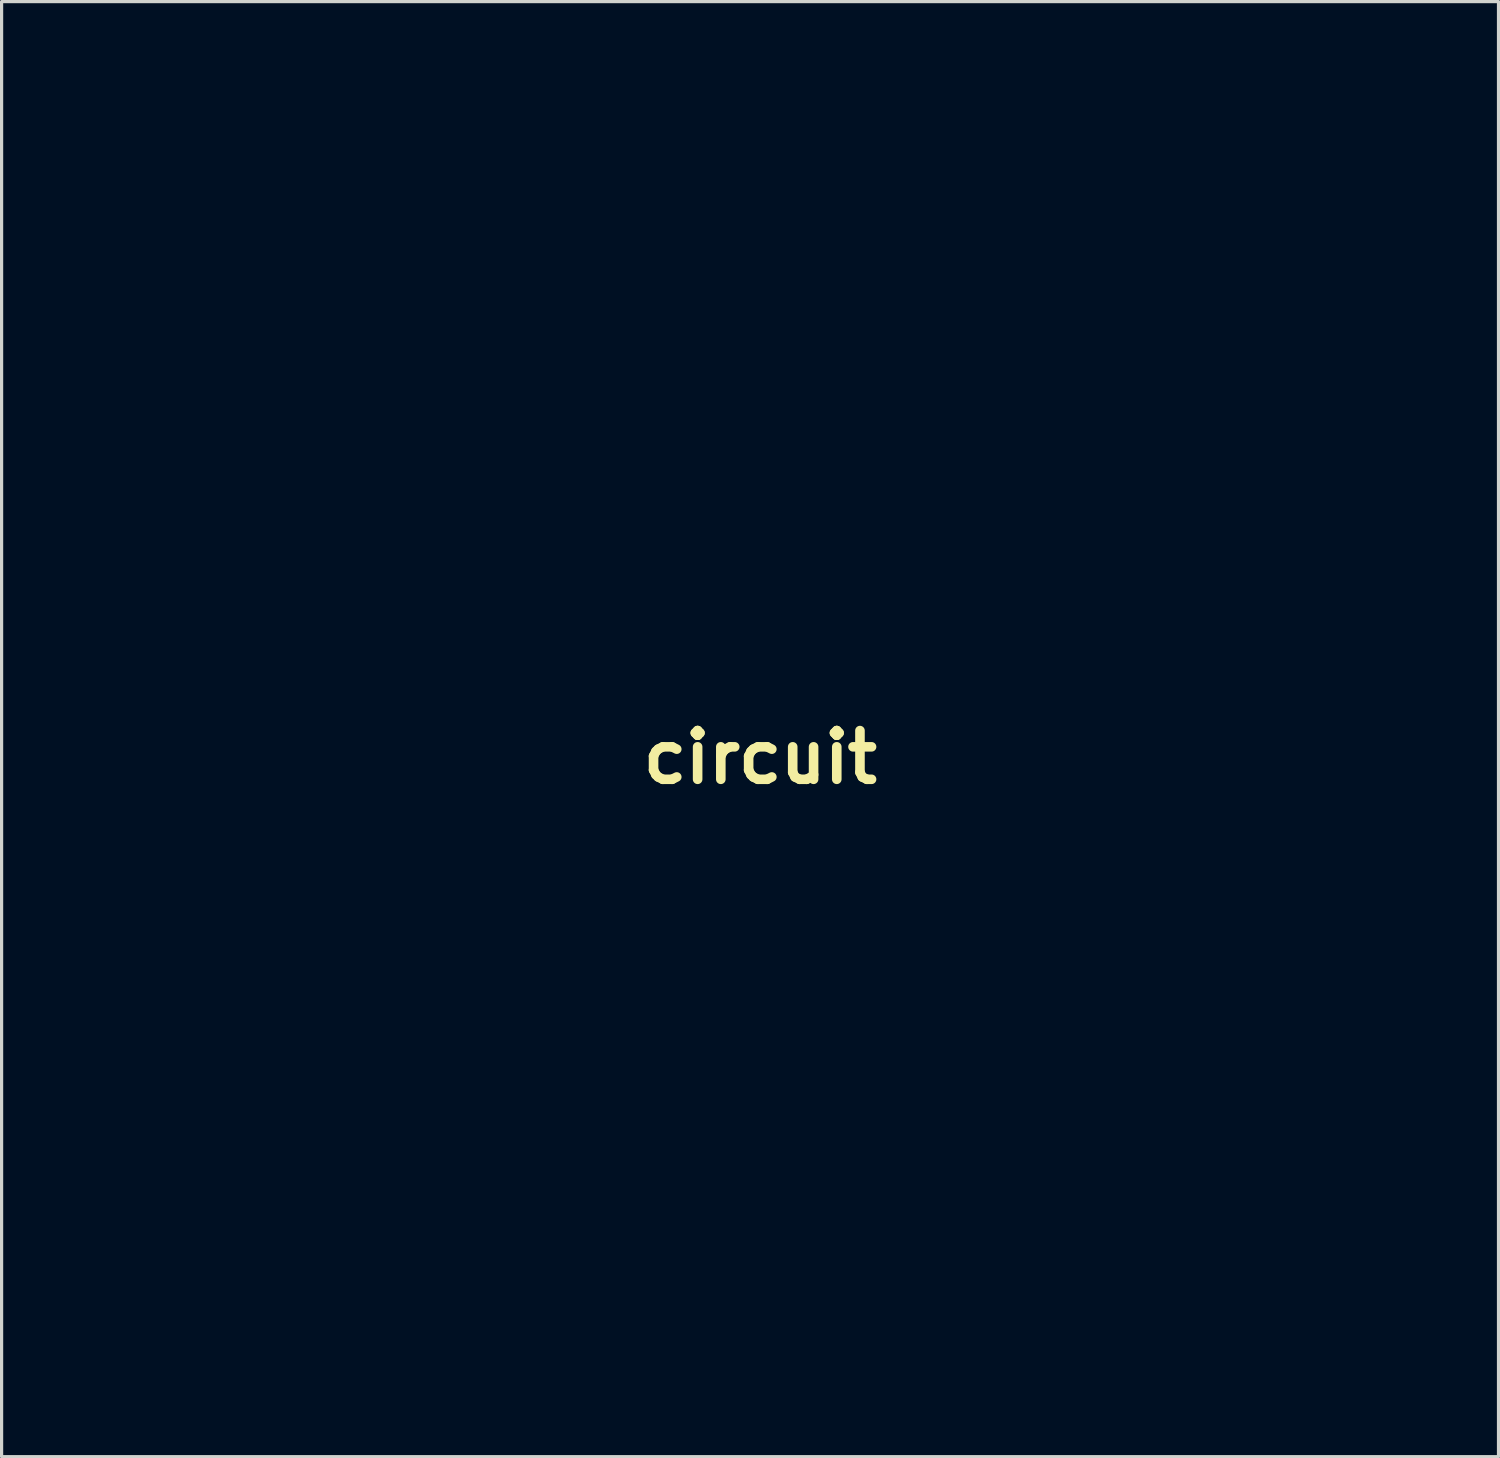
<source format=kicad_pcb>
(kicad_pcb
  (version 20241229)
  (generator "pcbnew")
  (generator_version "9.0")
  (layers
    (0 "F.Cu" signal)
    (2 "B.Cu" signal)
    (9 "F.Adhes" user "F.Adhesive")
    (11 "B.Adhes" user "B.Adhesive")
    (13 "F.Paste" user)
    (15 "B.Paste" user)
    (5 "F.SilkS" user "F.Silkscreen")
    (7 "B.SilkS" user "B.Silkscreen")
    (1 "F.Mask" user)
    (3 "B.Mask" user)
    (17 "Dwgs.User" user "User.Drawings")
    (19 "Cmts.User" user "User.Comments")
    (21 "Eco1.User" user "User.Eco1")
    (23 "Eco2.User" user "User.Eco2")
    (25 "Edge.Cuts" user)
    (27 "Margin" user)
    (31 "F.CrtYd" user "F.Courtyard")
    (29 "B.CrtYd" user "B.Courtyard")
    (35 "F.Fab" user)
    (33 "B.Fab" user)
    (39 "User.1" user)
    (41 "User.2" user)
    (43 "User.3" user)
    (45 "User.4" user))
  (footprint "circuit"
    (layer "F.Cu")
    (at 20.74 20.647)
    (property "Reference" "circuit" (at 0 0 0) (layer "F.SilkS") (effects (font (size 1.524 1.524) (thickness 0.3))))
    (attr through_hole)
    (fp_poly (pts (xy -12.715 -6.151) (xy -12.738 -6.05) (xy -12.876 -5.858) (xy -12.957 -5.761) (xy -13.111 -5.586) (xy -13.184 -5.531) (xy -13.206 -5.588) (xy -13.208 -5.684) (xy -13.148 -5.899) (xy -13.003 -6.086) (xy -12.826 -6.179) (xy -12.799 -6.181) (xy -12.715 -6.151)) (stroke (width 0.01) (type solid)) (fill no) (layer "Eco1.User"))
    (fp_poly (pts (xy -10.946 -2.562) (xy -10.969 -2.477) (xy -11.008 -2.322) (xy -11.051 -2.054) (xy -11.09 -1.729) (xy -11.092 -1.7) (xy -11.165 -1.252) (xy -11.297 -0.948) (xy -11.506 -0.767) (xy -11.811 -0.69) (xy -12.006 -0.683) (xy -12.404 -0.689) (xy -12.002 -0.813) (xy -11.694 -0.943) (xy -11.494 -1.13) (xy -11.372 -1.413) (xy -11.309 -1.76) (xy -11.243 -2.134) (xy -11.153 -2.422) (xy -11.05 -2.592) (xy -10.984 -2.625) (xy -10.946 -2.562)) (stroke (width 0.01) (type solid)) (fill no) (layer "Eco1.User"))
    (fp_poly (pts (xy -11.997 -2.835) (xy -12.101 -2.706) (xy -12.137 -2.671) (xy -12.299 -2.468) (xy -12.358 -2.217) (xy -12.361 -2.113) (xy -12.396 -1.822) (xy -12.483 -1.56) (xy -12.502 -1.524) (xy -12.681 -1.318) (xy -12.939 -1.124) (xy -13.214 -0.983) (xy -13.431 -0.935) (xy -13.481 -0.966) (xy -13.372 -1.051) (xy -13.278 -1.103) (xy -12.908 -1.383) (xy -12.676 -1.76) (xy -12.592 -2.104) (xy -12.509 -2.404) (xy -12.359 -2.663) (xy -12.177 -2.835) (xy -12.038 -2.879) (xy -11.997 -2.835)) (stroke (width 0.01) (type solid)) (fill no) (layer "Eco1.User"))
    (fp_poly (pts (xy -6.252 -7.26) (xy -6.204 -7.173) (xy -6.184 -6.981) (xy -6.181 -6.75) (xy -6.215 -6.321) (xy -6.333 -5.993) (xy -6.562 -5.727) (xy -6.928 -5.481) (xy -7.027 -5.427) (xy -7.455 -5.259) (xy -7.864 -5.207) (xy -8.022 -5.224) (xy -8.193 -5.297) (xy -8.206 -5.414) (xy -8.067 -5.569) (xy -7.779 -5.754) (xy -7.609 -5.842) (xy -7.144 -6.105) (xy -6.825 -6.373) (xy -6.632 -6.666) (xy -6.551 -6.949) (xy -6.491 -7.178) (xy -6.397 -7.273) (xy -6.339 -7.281) (xy -6.252 -7.26)) (stroke (width 0.01) (type solid)) (fill no) (layer "Eco1.User"))
    (fp_poly (pts (xy -1.936 6.433) (xy -1.829 6.63) (xy -1.795 6.81) (xy -1.766 7.061) (xy -1.706 7.388) (xy -1.654 7.61) (xy -1.559 8.036) (xy -1.532 8.343) (xy -1.574 8.565) (xy -1.67 8.72) (xy -1.816 8.862) (xy -1.919 8.876) (xy -1.976 8.834) (xy -2.013 8.718) (xy -2.032 8.509) (xy -2.033 8.474) (xy -2.059 8.206) (xy -2.125 7.884) (xy -2.16 7.755) (xy -2.223 7.473) (xy -2.265 7.146) (xy -2.284 6.819) (xy -2.278 6.541) (xy -2.244 6.358) (xy -2.215 6.316) (xy -2.076 6.314) (xy -1.936 6.433)) (stroke (width 0.01) (type solid)) (fill no) (layer "Eco1.User"))
    (fp_poly (pts (xy 0.1 6.231) (xy 0.185 6.295) (xy 0.252 6.441) (xy 0.325 6.705) (xy 0.352 6.816) (xy 0.463 7.428) (xy 0.471 7.915) (xy 0.373 8.288) (xy 0.168 8.557) (xy 0.042 8.645) (xy -0.17 8.761) (xy -0.284 8.79) (xy -0.344 8.739) (xy -0.363 8.696) (xy -0.351 8.547) (xy -0.29 8.431) (xy -0.16 8.124) (xy -0.119 7.7) (xy -0.168 7.185) (xy -0.212 6.966) (xy -0.274 6.66) (xy -0.308 6.417) (xy -0.308 6.286) (xy -0.305 6.28) (xy -0.196 6.228) (xy -0.025 6.214) (xy 0.1 6.231)) (stroke (width 0.01) (type solid)) (fill no) (layer "Eco1.User"))
    (fp_poly (pts (xy 2.383 5.868) (xy 2.456 5.987) (xy 2.555 6.231) (xy 2.67 6.561) (xy 2.787 6.937) (xy 2.895 7.32) (xy 2.982 7.67) (xy 3.036 7.949) (xy 3.048 8.078) (xy 2.996 8.283) (xy 2.872 8.463) (xy 2.725 8.55) (xy 2.708 8.551) (xy 2.601 8.499) (xy 2.44 8.371) (xy 2.429 8.361) (xy 2.315 8.192) (xy 2.19 7.905) (xy 2.063 7.539) (xy 1.946 7.134) (xy 1.848 6.731) (xy 1.781 6.368) (xy 1.755 6.085) (xy 1.778 5.927) (xy 1.935 5.791) (xy 2.158 5.771) (xy 2.383 5.868)) (stroke (width 0.01) (type solid)) (fill no) (layer "Eco1.User"))
    (fp_poly (pts (xy -7.721 2.388) (xy -7.716 2.465) (xy -7.735 2.639) (xy -7.778 2.938) (xy -7.824 3.247) (xy -7.935 3.786) (xy -8.082 4.165) (xy -8.274 4.39) (xy -8.517 4.47) (xy -8.817 4.41) (xy -8.954 4.35) (xy -9.165 4.222) (xy -9.213 4.137) (xy -9.102 4.101) (xy -8.856 4.118) (xy -8.615 4.139) (xy -8.472 4.102) (xy -8.364 3.986) (xy -8.341 3.951) (xy -8.248 3.759) (xy -8.141 3.465) (xy -8.043 3.132) (xy -8.041 3.124) (xy -7.953 2.816) (xy -7.867 2.569) (xy -7.8 2.433) (xy -7.795 2.427) (xy -7.747 2.384) (xy -7.721 2.388)) (stroke (width 0.01) (type solid)) (fill no) (layer "Eco1.User"))
    (fp_poly (pts (xy 4.525 -1.484) (xy 4.6 -1.418) (xy 4.717 -1.265) (xy 4.834 -1.01) (xy 4.961 -0.631) (xy 5.07 -0.245) (xy 5.173 0.145) (xy 5.257 0.479) (xy 5.314 0.721) (xy 5.334 0.834) (xy 5.276 0.964) (xy 5.142 1.122) (xy 4.994 1.242) (xy 4.92 1.27) (xy 4.806 1.219) (xy 4.676 1.122) (xy 4.567 0.955) (xy 4.437 0.63) (xy 4.291 0.158) (xy 4.231 -0.059) (xy 4.116 -0.501) (xy 4.045 -0.813) (xy 4.013 -1.031) (xy 4.016 -1.187) (xy 4.049 -1.316) (xy 4.062 -1.351) (xy 4.183 -1.55) (xy 4.329 -1.593) (xy 4.525 -1.484)) (stroke (width 0.01) (type solid)) (fill no) (layer "Eco1.User"))
    (fp_poly (pts (xy 6.662 3.124) (xy 6.689 3.302) (xy 6.71 3.48) (xy 6.762 3.556) (xy 6.763 3.556) (xy 6.812 3.632) (xy 6.857 3.827) (xy 6.878 3.989) (xy 6.925 4.28) (xy 7.018 4.472) (xy 7.175 4.623) (xy 7.444 4.933) (xy 7.626 5.354) (xy 7.703 5.845) (xy 7.705 5.928) (xy 7.691 6.194) (xy 7.644 6.323) (xy 7.578 6.35) (xy 7.465 6.396) (xy 7.451 6.435) (xy 7.382 6.51) (xy 7.324 6.519) (xy 7.24 6.47) (xy 7.202 6.301) (xy 7.197 6.136) (xy 7.135 5.655) (xy 6.939 5.215) (xy 6.681 4.873) (xy 6.517 4.662) (xy 6.425 4.459) (xy 6.379 4.192) (xy 6.365 4.014) (xy 6.356 3.541) (xy 6.401 3.225) (xy 6.497 3.067) (xy 6.563 3.048) (xy 6.662 3.124)) (stroke (width 0.01) (type solid)) (fill no) (layer "Eco1.User"))
    (fp_poly (pts (xy 14.488 -6.342) (xy 14.554 -6.13) (xy 14.628 -5.77) (xy 14.685 -5.444) (xy 14.77 -4.981) (xy 14.855 -4.644) (xy 14.955 -4.389) (xy 15.083 -4.173) (xy 15.084 -4.172) (xy 15.415 -3.605) (xy 15.686 -2.936) (xy 15.906 -2.149) (xy 16.001 -1.736) (xy 16.057 -1.461) (xy 16.078 -1.296) (xy 16.067 -1.214) (xy 16.026 -1.187) (xy 16.005 -1.185) (xy 15.937 -1.259) (xy 15.86 -1.446) (xy 15.832 -1.545) (xy 15.653 -2.2) (xy 15.479 -2.727) (xy 15.294 -3.167) (xy 15.081 -3.561) (xy 14.831 -3.937) (xy 14.697 -4.133) (xy 14.605 -4.311) (xy 14.54 -4.512) (xy 14.491 -4.779) (xy 14.446 -5.157) (xy 14.427 -5.334) (xy 14.391 -5.724) (xy 14.367 -6.052) (xy 14.359 -6.28) (xy 14.366 -6.373) (xy 14.427 -6.419) (xy 14.488 -6.342)) (stroke (width 0.01) (type solid)) (fill no) (layer "Eco1.User"))
    (fp_poly (pts (xy 7.887 1.972) (xy 7.943 2.18) (xy 7.995 2.382) (xy 8.087 2.455) (xy 8.184 2.529) (xy 8.274 2.71) (xy 8.288 2.758) (xy 8.398 3.029) (xy 8.561 3.307) (xy 8.593 3.351) (xy 8.77 3.616) (xy 8.919 3.894) (xy 8.937 3.934) (xy 9.01 4.194) (xy 9.05 4.51) (xy 9.057 4.841) (xy 9.033 5.143) (xy 8.981 5.376) (xy 8.902 5.496) (xy 8.873 5.503) (xy 8.763 5.563) (xy 8.648 5.678) (xy 8.525 5.787) (xy 8.446 5.793) (xy 8.423 5.685) (xy 8.42 5.456) (xy 8.435 5.154) (xy 8.438 5.124) (xy 8.445 4.573) (xy 8.355 4.121) (xy 8.156 3.722) (xy 8.035 3.556) (xy 7.812 3.169) (xy 7.669 2.705) (xy 7.631 2.249) (xy 7.635 2.195) (xy 7.694 1.974) (xy 7.791 1.899) (xy 7.887 1.972)) (stroke (width 0.01) (type solid)) (fill no) (layer "Eco1.User"))
    (fp_poly (pts (xy -10.745 13.125) (xy -10.456 13.239) (xy -10.178 13.422) (xy -9.956 13.636) (xy -9.833 13.844) (xy -9.821 13.916) (xy -9.767 13.978) (xy -9.59 14.011) (xy -9.268 14.019) (xy -9.235 14.019) (xy -8.773 14.051) (xy -8.438 14.169) (xy -8.207 14.388) (xy -8.063 14.689) (xy -7.933 14.965) (xy -7.748 15.243) (xy -7.703 15.297) (xy -7.518 15.568) (xy -7.452 15.852) (xy -7.451 15.916) (xy -7.51 16.337) (xy -7.694 16.65) (xy -8.009 16.862) (xy -8.463 16.982) (xy -8.485 16.985) (xy -8.756 17.05) (xy -8.924 17.174) (xy -8.991 17.274) (xy -9.166 17.498) (xy -9.352 17.659) (xy -9.624 17.768) (xy -9.987 17.828) (xy -10.369 17.831) (xy -10.626 17.79) (xy -10.989 17.667) (xy -11.322 17.502) (xy -11.57 17.325) (xy -11.643 17.244) (xy -11.765 17.129) (xy -11.949 17.088) (xy -12.137 17.091) (xy -12.537 17.065) (xy -12.92 16.923) (xy -13.323 16.65) (xy -13.481 16.516) (xy -13.88 16.161) (xy -14.259 16.383) (xy -14.489 16.511) (xy -14.652 16.559) (xy -14.823 16.537) (xy -15.026 16.473) (xy -15.364 16.39) (xy -15.735 16.344) (xy -15.84 16.341) (xy -16.201 16.308) (xy -16.527 16.196) (xy -16.862 15.983) (xy -17.24 15.658) (xy -17.653 15.317) (xy -17.932 15.165) (xy -17.294 15.165) (xy -17.05 15.42) (xy -16.722 15.712) (xy -16.377 15.898) (xy -15.957 16.002) (xy -15.688 16.034) (xy -15.35 16.074) (xy -15.053 16.129) (xy -14.86 16.186) (xy -14.688 16.237) (xy -14.532 16.193) (xy -14.395 16.101) (xy -14.129 15.953) (xy -13.876 15.932) (xy -13.601 16.043) (xy -13.272 16.292) (xy -13.266 16.298) (xy -12.879 16.585) (xy -12.517 16.732) (xy -12.138 16.757) (xy -12.07 16.75) (xy -11.901 16.695) (xy -11.788 16.55) (xy -11.721 16.383) (xy -11.534 16.022) (xy -11.255 15.795) (xy -10.949 15.697) (xy -10.576 15.706) (xy -10.235 15.855) (xy -9.978 16.12) (xy -9.944 16.18) (xy -9.863 16.481) (xy -9.94 16.742) (xy -10.157 16.932) (xy -10.301 16.98) (xy -10.377 16.905) (xy -10.386 16.884) (xy -10.37 16.727) (xy -10.3 16.665) (xy -10.174 16.522) (xy -10.205 16.333) (xy -10.329 16.171) (xy -10.581 16.024) (xy -10.869 16.011) (xy -11.145 16.117) (xy -11.361 16.33) (xy -11.437 16.489) (xy -11.483 16.774) (xy -11.406 17.008) (xy -11.192 17.206) (xy -10.829 17.384) (xy -10.583 17.471) (xy -10.318 17.516) (xy -9.999 17.514) (xy -9.701 17.471) (xy -9.5 17.393) (xy -9.335 17.222) (xy -9.198 16.99) (xy -9.194 16.981) (xy -9.114 16.821) (xy -9.011 16.731) (xy -8.832 16.686) (xy -8.598 16.662) (xy -8.189 16.586) (xy -7.924 16.432) (xy -7.788 16.188) (xy -7.765 15.941) (xy -7.812 15.676) (xy -7.964 15.467) (xy -8.036 15.404) (xy -8.248 15.153) (xy -8.297 14.955) (xy -8.361 14.722) (xy -8.505 14.516) (xy -8.668 14.389) (xy -8.864 14.326) (xy -9.159 14.309) (xy -9.179 14.309) (xy -9.461 14.32) (xy -9.653 14.373) (xy -9.83 14.501) (xy -9.981 14.647) (xy -10.296 14.899) (xy -10.591 14.987) (xy -10.878 14.912) (xy -11.065 14.78) (xy -11.215 14.628) (xy -11.237 14.524) (xy -11.199 14.469) (xy -11.092 14.412) (xy -10.961 14.486) (xy -10.939 14.505) (xy -10.719 14.621) (xy -10.473 14.637) (xy -10.274 14.552) (xy -10.25 14.526) (xy -10.165 14.306) (xy -10.184 14.03) (xy -10.293 13.763) (xy -10.442 13.597) (xy -10.702 13.484) (xy -11.064 13.426) (xy -11.471 13.422) (xy -11.865 13.474) (xy -12.188 13.582) (xy -12.192 13.584) (xy -12.504 13.765) (xy -12.686 13.935) (xy -12.769 14.133) (xy -12.785 14.336) (xy -12.841 14.679) (xy -13.009 14.896) (xy -13.284 14.984) (xy -13.339 14.986) (xy -13.598 14.94) (xy -13.812 14.822) (xy -13.937 14.667) (xy -13.942 14.528) (xy -13.887 14.433) (xy -13.798 14.449) (xy -13.698 14.515) (xy -13.437 14.638) (xy -13.23 14.631) (xy -13.104 14.511) (xy -13.09 14.295) (xy -13.122 14.186) (xy -13.297 13.944) (xy -13.593 13.819) (xy -13.801 13.801) (xy -14.074 13.832) (xy -14.289 13.946) (xy -14.48 14.171) (xy -14.646 14.46) (xy -14.831 14.803) (xy -14.98 15.035) (xy -15.127 15.198) (xy -15.308 15.333) (xy -15.411 15.398) (xy -15.75 15.54) (xy -16.125 15.56) (xy -16.567 15.456) (xy -16.796 15.37) (xy -17.294 15.165) (xy -17.932 15.165) (xy -18.057 15.096) (xy -18.514 14.963) (xy -18.563 14.953) (xy -18.802 14.873) (xy -18.881 14.758) (xy -18.805 14.676) (xy -18.602 14.641) (xy -18.305 14.648) (xy -17.947 14.694) (xy -17.563 14.774) (xy -17.185 14.887) (xy -16.954 14.977) (xy -16.425 15.169) (xy -15.991 15.23) (xy -15.629 15.153) (xy -15.318 14.931) (xy -15.037 14.556) (xy -14.896 14.299) (xy -14.729 14.014) (xy -14.548 13.775) (xy -14.418 13.654) (xy -14.154 13.548) (xy -13.823 13.503) (xy -13.492 13.521) (xy -13.225 13.6) (xy -13.146 13.653) (xy -13.016 13.752) (xy -12.921 13.727) (xy -12.833 13.638) (xy -12.532 13.408) (xy -12.119 13.23) (xy -11.645 13.115) (xy -11.163 13.078) (xy -10.745 13.125)) (stroke (width 0.01) (type solid)) (fill no) (layer "Eco1.User"))
    (fp_poly (pts (xy 7.01 13.814) (xy 7.411 13.971) (xy 7.697 14.217) (xy 7.852 14.538) (xy 7.874 14.736) (xy 7.9 14.863) (xy 7.993 14.888) (xy 8.182 14.81) (xy 8.326 14.729) (xy 8.596 14.613) (xy 8.922 14.529) (xy 9.029 14.514) (xy 9.451 14.525) (xy 9.779 14.664) (xy 10.023 14.94) (xy 10.192 15.361) (xy 10.254 15.643) (xy 10.318 15.945) (xy 10.387 16.118) (xy 10.48 16.201) (xy 10.534 16.22) (xy 10.736 16.247) (xy 10.838 16.24) (xy 10.945 16.293) (xy 11.07 16.46) (xy 11.108 16.531) (xy 11.252 16.746) (xy 11.435 16.849) (xy 11.676 16.838) (xy 11.995 16.712) (xy 12.412 16.469) (xy 12.491 16.418) (xy 12.892 16.163) (xy 13.195 15.992) (xy 13.441 15.889) (xy 13.67 15.837) (xy 13.922 15.821) (xy 13.997 15.821) (xy 14.38 15.871) (xy 14.747 16.036) (xy 14.787 16.061) (xy 15.082 16.243) (xy 15.378 16.425) (xy 15.48 16.487) (xy 15.76 16.612) (xy 16.053 16.676) (xy 16.103 16.678) (xy 16.357 16.712) (xy 16.478 16.798) (xy 16.453 16.921) (xy 16.375 16.995) (xy 16.212 17.066) (xy 15.96 17.082) (xy 15.706 17.064) (xy 15.129 17.007) (xy 14.691 16.97) (xy 14.359 16.954) (xy 14.104 16.96) (xy 13.895 16.988) (xy 13.702 17.039) (xy 13.523 17.102) (xy 13.178 17.257) (xy 12.832 17.452) (xy 12.665 17.567) (xy 12.423 17.745) (xy 12.209 17.889) (xy 12.124 17.941) (xy 11.853 18.016) (xy 11.49 18.028) (xy 11.096 17.98) (xy 10.734 17.875) (xy 10.71 17.865) (xy 10.442 17.764) (xy 10.21 17.702) (xy 10.132 17.692) (xy 9.993 17.728) (xy 9.738 17.83) (xy 9.396 17.983) (xy 9.002 18.174) (xy 8.84 18.256) (xy 8.24 18.547) (xy 7.757 18.746) (xy 7.365 18.855) (xy 7.044 18.881) (xy 6.769 18.826) (xy 6.519 18.696) (xy 6.323 18.579) (xy 6.146 18.534) (xy 5.912 18.547) (xy 5.77 18.569) (xy 5.232 18.601) (xy 4.792 18.51) (xy 4.461 18.303) (xy 4.248 17.984) (xy 4.172 17.671) (xy 4.134 17.427) (xy 4.074 17.309) (xy 3.967 17.273) (xy 3.928 17.272) (xy 3.613 17.22) (xy 3.293 17.086) (xy 3.033 16.903) (xy 2.918 16.758) (xy 2.844 16.53) (xy 2.8 16.226) (xy 2.796 16.121) (xy 3.076 16.121) (xy 3.141 16.437) (xy 3.313 16.705) (xy 3.568 16.883) (xy 3.816 16.933) (xy 4.121 16.969) (xy 4.351 17.062) (xy 4.467 17.195) (xy 4.473 17.249) (xy 4.492 17.685) (xy 4.627 18.01) (xy 4.871 18.214) (xy 5.218 18.288) (xy 5.235 18.288) (xy 5.662 18.267) (xy 5.928 18.203) (xy 6.037 18.096) (xy 6.035 18.031) (xy 6.038 17.732) (xy 6.175 17.412) (xy 6.419 17.103) (xy 6.741 16.837) (xy 7.115 16.646) (xy 7.286 16.594) (xy 7.679 16.547) (xy 8.016 16.595) (xy 8.277 16.718) (xy 8.444 16.895) (xy 8.498 17.108) (xy 8.422 17.337) (xy 8.197 17.561) (xy 8.193 17.564) (xy 8.014 17.663) (xy 7.897 17.695) (xy 7.799 17.641) (xy 7.799 17.515) (xy 7.882 17.375) (xy 8.001 17.287) (xy 8.179 17.167) (xy 8.187 17.047) (xy 8.049 16.936) (xy 7.725 16.855) (xy 7.328 16.91) (xy 7.063 17.009) (xy 6.702 17.233) (xy 6.465 17.506) (xy 6.361 17.804) (xy 6.399 18.099) (xy 6.558 18.334) (xy 6.843 18.508) (xy 7.215 18.545) (xy 7.68 18.444) (xy 8.155 18.25) (xy 8.545 18.056) (xy 8.968 17.838) (xy 9.304 17.657) (xy 9.714 17.459) (xy 10.054 17.375) (xy 10.377 17.4) (xy 10.735 17.531) (xy 10.753 17.539) (xy 11.248 17.702) (xy 11.707 17.702) (xy 12.147 17.539) (xy 12.349 17.408) (xy 13.027 16.986) (xy 13.701 16.723) (xy 14.369 16.612) (xy 14.988 16.572) (xy 14.718 16.373) (xy 14.418 16.192) (xy 14.12 16.109) (xy 13.797 16.129) (xy 13.421 16.255) (xy 12.966 16.491) (xy 12.656 16.68) (xy 12.144 16.972) (xy 11.727 17.134) (xy 11.394 17.168) (xy 11.132 17.073) (xy 10.929 16.851) (xy 10.882 16.768) (xy 10.738 16.575) (xy 10.549 16.511) (xy 10.51 16.51) (xy 10.268 16.455) (xy 10.099 16.279) (xy 9.99 15.966) (xy 9.953 15.731) (xy 9.861 15.296) (xy 9.703 15.007) (xy 9.468 14.853) (xy 9.22 14.817) (xy 8.853 14.859) (xy 8.531 14.974) (xy 8.299 15.138) (xy 8.221 15.257) (xy 8.191 15.501) (xy 8.286 15.668) (xy 8.472 15.74) (xy 8.715 15.7) (xy 8.878 15.611) (xy 9.064 15.527) (xy 9.161 15.561) (xy 9.205 15.695) (xy 9.085 15.838) (xy 8.831 15.972) (xy 8.494 16.044) (xy 8.201 15.982) (xy 7.985 15.803) (xy 7.879 15.527) (xy 7.874 15.439) (xy 7.866 15.248) (xy 7.847 15.157) (xy 7.845 15.155) (xy 7.757 15.189) (xy 7.579 15.273) (xy 7.534 15.296) (xy 7.329 15.38) (xy 7.153 15.386) (xy 6.915 15.317) (xy 6.629 15.179) (xy 6.471 15.023) (xy 6.455 14.868) (xy 6.5 14.803) (xy 6.601 14.755) (xy 6.725 14.833) (xy 6.776 14.885) (xy 6.997 15.04) (xy 7.226 15.075) (xy 7.417 14.999) (xy 7.525 14.822) (xy 7.535 14.729) (xy 7.459 14.442) (xy 7.242 14.227) (xy 6.899 14.095) (xy 6.493 14.056) (xy 6.036 14.138) (xy 5.639 14.367) (xy 5.334 14.724) (xy 5.278 14.827) (xy 5.083 15.219) (xy 4.383 15.256) (xy 3.898 15.304) (xy 3.551 15.399) (xy 3.312 15.553) (xy 3.154 15.779) (xy 3.144 15.8) (xy 3.076 16.121) (xy 2.796 16.121) (xy 2.794 16.08) (xy 2.808 15.799) (xy 2.871 15.61) (xy 3.014 15.435) (xy 3.084 15.367) (xy 3.473 15.11) (xy 3.974 14.951) (xy 4.504 14.901) (xy 4.738 14.886) (xy 4.884 14.817) (xy 5.01 14.65) (xy 5.062 14.561) (xy 5.259 14.3) (xy 5.518 14.055) (xy 5.606 13.99) (xy 5.842 13.855) (xy 6.074 13.785) (xy 6.375 13.76) (xy 6.513 13.758) (xy 7.01 13.814)) (stroke (width 0.01) (type solid)) (fill no) (layer "Eco1.User"))
    (fp_poly (pts (xy -3.936 -18.849) (xy -3.774 -18.767) (xy -3.515 -18.613) (xy -3.16 -18.392) (xy -2.765 -18.132) (xy -2.381 -17.858) (xy -2.056 -17.604) (xy -1.854 -17.425) (xy -1.637 -17.197) (xy -1.511 -17.014) (xy -1.444 -16.808) (xy -1.404 -16.512) (xy -1.398 -16.45) (xy -1.306 -15.817) (xy -1.166 -15.27) (xy -0.987 -14.841) (xy -0.881 -14.674) (xy -0.725 -14.375) (xy -0.677 -14.118) (xy -0.644 -13.789) (xy -0.555 -13.432) (xy -0.432 -13.105) (xy -0.295 -12.87) (xy -0.256 -12.828) (xy -0.094 -12.728) (xy 0.098 -12.73) (xy 0.19 -12.754) (xy 0.381 -12.845) (xy 0.476 -12.998) (xy 0.476 -13.231) (xy 0.38 -13.565) (xy 0.207 -13.979) (xy 0.047 -14.362) (xy -0.041 -14.675) (xy -0.056 -14.964) (xy 0.005 -15.275) (xy 0.145 -15.656) (xy 0.294 -15.998) (xy 0.446 -16.346) (xy 0.534 -16.598) (xy 0.57 -16.807) (xy 0.568 -16.976) (xy 0.847 -16.976) (xy 0.889 -16.933) (xy 0.931 -16.976) (xy 0.889 -17.018) (xy 0.847 -16.976) (xy 0.568 -16.976) (xy 0.567 -17.028) (xy 0.551 -17.182) (xy 0.526 -17.469) (xy 0.54 -17.631) (xy 0.598 -17.709) (xy 0.626 -17.723) (xy 0.754 -17.696) (xy 0.924 -17.525) (xy 1.021 -17.391) (xy 1.232 -17.058) (xy 1.351 -16.774) (xy 1.388 -16.485) (xy 1.348 -16.138) (xy 1.256 -15.737) (xy 1.165 -15.366) (xy 1.121 -15.106) (xy 1.119 -14.907) (xy 1.155 -14.719) (xy 1.172 -14.658) (xy 1.305 -14.373) (xy 1.492 -14.173) (xy 1.695 -14.088) (xy 1.803 -14.102) (xy 1.935 -14.242) (xy 2.005 -14.534) (xy 2.011 -14.97) (xy 1.991 -15.231) (xy 1.97 -15.638) (xy 2.009 -15.98) (xy 2.124 -16.282) (xy 2.333 -16.572) (xy 2.65 -16.875) (xy 3.093 -17.217) (xy 3.352 -17.402) (xy 3.7 -17.655) (xy 4.024 -17.911) (xy 4.28 -18.134) (xy 4.393 -18.248) (xy 4.597 -18.434) (xy 4.77 -18.508) (xy 4.883 -18.464) (xy 4.91 -18.354) (xy 4.855 -18.123) (xy 4.708 -17.81) (xy 4.495 -17.457) (xy 4.241 -17.106) (xy 3.979 -16.806) (xy 3.733 -16.537) (xy 3.525 -16.278) (xy 3.395 -16.078) (xy 3.38 -16.044) (xy 3.335 -15.834) (xy 3.304 -15.488) (xy 3.291 -15.038) (xy 3.292 -14.783) (xy 3.285 -14.205) (xy 3.241 -13.763) (xy 3.146 -13.426) (xy 2.988 -13.163) (xy 2.755 -12.941) (xy 2.493 -12.764) (xy 2.188 -12.55) (xy 2.045 -12.373) (xy 2.033 -12.319) (xy 1.953 -12.017) (xy 1.749 -11.699) (xy 1.455 -11.408) (xy 1.213 -11.244) (xy 0.761 -11.058) (xy 0.249 -10.958) (xy -0.259 -10.948) (xy -0.699 -11.037) (xy -0.708 -11.04) (xy -0.978 -11.172) (xy -1.272 -11.358) (xy -1.37 -11.432) (xy -1.707 -11.703) (xy -2.192 -11.566) (xy -2.887 -11.437) (xy -3.523 -11.461) (xy -4.12 -11.64) (xy -4.509 -11.849) (xy -4.702 -11.986) (xy -4.861 -12.143) (xy -5.013 -12.358) (xy -5.187 -12.667) (xy -5.323 -12.932) (xy -5.63 -13.487) (xy -5.943 -13.916) (xy -6.304 -14.26) (xy -6.753 -14.557) (xy -7.198 -14.787) (xy -7.627 -15.012) (xy -7.906 -15.205) (xy -8.041 -15.363) (xy -8.254 -15.656) (xy -8.585 -15.985) (xy -8.995 -16.318) (xy -9.447 -16.624) (xy -9.864 -16.854) (xy -10.104 -16.976) (xy -9.398 -16.976) (xy -9.356 -16.933) (xy -9.159 -16.933) (xy -9.143 -16.887) (xy -9.019 -16.765) (xy -8.823 -16.601) (xy -8.539 -16.353) (xy -8.226 -16.047) (xy -7.994 -15.795) (xy -7.695 -15.489) (xy -7.365 -15.242) (xy -6.938 -15.007) (xy -6.905 -14.991) (xy -6.343 -14.672) (xy -5.882 -14.299) (xy -5.487 -13.837) (xy -5.126 -13.252) (xy -5.015 -13.037) (xy -4.828 -12.674) (xy -4.682 -12.428) (xy -4.549 -12.261) (xy -4.396 -12.139) (xy -4.195 -12.023) (xy -4.16 -12.005) (xy -3.627 -11.818) (xy -3.027 -11.764) (xy -2.399 -11.843) (xy -2.096 -11.93) (xy -1.626 -12.092) (xy -1.392 -11.848) (xy -1.16 -11.649) (xy -0.878 -11.463) (xy -0.812 -11.427) (xy -0.423 -11.305) (xy 0.045 -11.271) (xy 0.529 -11.323) (xy 0.967 -11.457) (xy 1.086 -11.517) (xy 1.372 -11.746) (xy 1.607 -12.059) (xy 1.751 -12.396) (xy 1.778 -12.587) (xy 1.848 -12.742) (xy 2.069 -12.889) (xy 2.121 -12.914) (xy 2.406 -13.084) (xy 2.672 -13.308) (xy 2.714 -13.353) (xy 2.815 -13.473) (xy 2.885 -13.585) (xy 2.928 -13.721) (xy 2.952 -13.917) (xy 2.961 -14.205) (xy 2.963 -14.621) (xy 2.963 -14.738) (xy 2.97 -15.286) (xy 3 -15.705) (xy 3.068 -16.035) (xy 3.186 -16.314) (xy 3.37 -16.584) (xy 3.634 -16.884) (xy 3.771 -17.027) (xy 4.009 -17.28) (xy 4.195 -17.486) (xy 4.302 -17.618) (xy 4.318 -17.647) (xy 4.255 -17.625) (xy 4.087 -17.525) (xy 3.847 -17.369) (xy 3.566 -17.179) (xy 3.277 -16.977) (xy 3.011 -16.786) (xy 2.802 -16.625) (xy 2.722 -16.559) (xy 2.533 -16.362) (xy 2.406 -16.143) (xy 2.331 -15.864) (xy 2.298 -15.488) (xy 2.293 -15.071) (xy 2.284 -14.57) (xy 2.241 -14.214) (xy 2.155 -13.982) (xy 2.016 -13.852) (xy 1.814 -13.803) (xy 1.74 -13.801) (xy 1.4 -13.88) (xy 1.113 -14.102) (xy 0.909 -14.442) (xy 0.854 -14.612) (xy 0.81 -14.834) (xy 0.804 -15.048) (xy 0.84 -15.309) (xy 0.923 -15.67) (xy 0.935 -15.722) (xy 1.031 -16.18) (xy 1.063 -16.531) (xy 1.033 -16.76) (xy 0.94 -16.848) (xy 0.93 -16.849) (xy 0.869 -16.776) (xy 0.847 -16.616) (xy 0.81 -16.429) (xy 0.714 -16.148) (xy 0.577 -15.828) (xy 0.55 -15.772) (xy 0.408 -15.445) (xy 0.303 -15.14) (xy 0.255 -14.918) (xy 0.254 -14.894) (xy 0.289 -14.692) (xy 0.381 -14.394) (xy 0.512 -14.057) (xy 0.55 -13.97) (xy 0.688 -13.642) (xy 0.791 -13.351) (xy 0.844 -13.146) (xy 0.847 -13.11) (xy 0.768 -12.81) (xy 0.549 -12.57) (xy 0.308 -12.45) (xy -0.045 -12.408) (xy -0.355 -12.524) (xy -0.614 -12.79) (xy -0.816 -13.197) (xy -0.953 -13.737) (xy -0.975 -13.882) (xy -1.048 -14.21) (xy -1.164 -14.523) (xy -1.229 -14.644) (xy -1.395 -14.944) (xy -1.517 -15.277) (xy -1.61 -15.69) (xy -1.682 -16.189) (xy -1.757 -16.599) (xy -1.888 -16.94) (xy -2.097 -17.241) (xy -2.407 -17.53) (xy -2.839 -17.833) (xy -3.175 -18.038) (xy -3.514 -18.239) (xy -3.056 -17.734) (xy -2.785 -17.421) (xy -2.596 -17.152) (xy -2.475 -16.885) (xy -2.407 -16.574) (xy -2.377 -16.178) (xy -2.371 -15.704) (xy -2.371 -14.722) (xy -2.111 -14.486) (xy -1.905 -14.215) (xy -1.849 -13.907) (xy -1.942 -13.539) (xy -1.988 -13.435) (xy -2.246 -13.048) (xy -2.572 -12.812) (xy -2.953 -12.732) (xy -3.374 -12.813) (xy -3.53 -12.881) (xy -3.723 -12.99) (xy -3.877 -13.116) (xy -4.023 -13.297) (xy -4.19 -13.567) (xy -4.357 -13.867) (xy -4.656 -14.396) (xy -4.904 -14.784) (xy -5.112 -15.043) (xy -5.293 -15.191) (xy -5.459 -15.24) (xy -5.469 -15.24) (xy -5.644 -15.264) (xy -5.929 -15.327) (xy -6.276 -15.419) (xy -6.433 -15.465) (xy -6.873 -15.612) (xy -7.22 -15.774) (xy -7.55 -15.989) (xy -7.762 -16.153) (xy -8.126 -16.422) (xy -8.492 -16.654) (xy -8.822 -16.828) (xy -9.077 -16.922) (xy -9.159 -16.933) (xy -9.356 -16.933) (xy -9.313 -16.976) (xy -9.356 -17.018) (xy -9.398 -16.976) (xy -10.104 -16.976) (xy -10.215 -17.032) (xy -10.427 -17.165) (xy -10.521 -17.265) (xy -10.524 -17.329) (xy -10.464 -17.401) (xy -10.334 -17.428) (xy -10.091 -17.416) (xy -9.971 -17.403) (xy -9.127 -17.238) (xy -8.388 -16.944) (xy -7.871 -16.615) (xy -7.582 -16.399) (xy -7.314 -16.204) (xy -7.12 -16.07) (xy -7.108 -16.062) (xy -6.918 -15.971) (xy -6.614 -15.86) (xy -6.246 -15.741) (xy -5.865 -15.631) (xy -5.522 -15.545) (xy -5.267 -15.498) (xy -5.207 -15.494) (xy -5.052 -15.418) (xy -4.844 -15.209) (xy -4.599 -14.886) (xy -4.334 -14.472) (xy -4.091 -14.037) (xy -3.792 -13.548) (xy -3.496 -13.223) (xy -3.197 -13.061) (xy -3.036 -13.039) (xy -2.718 -13.088) (xy -2.479 -13.253) (xy -2.286 -13.546) (xy -2.167 -13.794) (xy -2.133 -13.956) (xy -2.191 -14.094) (xy -2.348 -14.272) (xy -2.366 -14.29) (xy -2.55 -14.54) (xy -2.66 -14.845) (xy -2.702 -15.239) (xy -2.683 -15.757) (xy -2.679 -15.811) (xy -2.669 -16.281) (xy -2.739 -16.677) (xy -2.908 -17.046) (xy -3.193 -17.432) (xy -3.414 -17.677) (xy -3.718 -18.013) (xy -3.914 -18.272) (xy -4.022 -18.485) (xy -4.062 -18.687) (xy -4.064 -18.744) (xy -4.057 -18.828) (xy -4.022 -18.866) (xy -3.936 -18.849)) (stroke (width 0.01) (type solid)) (fill no) (layer "Eco1.User"))
    (fp_poly (pts (xy -10.203 -5.836) (xy -10.213 -5.649) (xy -10.321 -5.374) (xy -10.444 -5.051) (xy -10.454 -4.835) (xy -10.37 -4.741) (xy -10.213 -4.781) (xy -10.003 -4.97) (xy -9.907 -5.093) (xy -9.76 -5.314) (xy -9.668 -5.49) (xy -9.652 -5.548) (xy -9.593 -5.686) (xy -9.531 -5.752) (xy -9.421 -5.8) (xy -9.33 -5.703) (xy -9.319 -5.684) (xy -9.244 -5.481) (xy -9.25 -5.264) (xy -9.345 -4.99) (xy -9.485 -4.707) (xy -9.64 -4.366) (xy -9.68 -4.148) (xy -9.61 -4.058) (xy -9.436 -4.099) (xy -9.163 -4.277) (xy -9.054 -4.365) (xy -8.804 -4.55) (xy -8.6 -4.633) (xy -8.397 -4.64) (xy -8.156 -4.589) (xy -8.079 -4.497) (xy -8.166 -4.365) (xy -8.34 -4.244) (xy -8.548 -4.076) (xy -8.716 -3.861) (xy -8.818 -3.646) (xy -8.827 -3.477) (xy -8.802 -3.436) (xy -8.678 -3.418) (xy -8.478 -3.49) (xy -8.249 -3.626) (xy -8.036 -3.8) (xy -7.932 -3.916) (xy -7.741 -4.108) (xy -7.583 -4.15) (xy -7.48 -4.044) (xy -7.451 -3.847) (xy -7.499 -3.492) (xy -7.659 -3.244) (xy -7.944 -3.071) (xy -8.114 -2.983) (xy -8.17 -2.917) (xy -8.155 -2.904) (xy -7.983 -2.918) (xy -7.759 -3.028) (xy -7.539 -3.198) (xy -7.38 -3.392) (xy -7.247 -3.588) (xy -7.173 -3.629) (xy -7.173 -3.524) (xy -7.239 -3.332) (xy -7.427 -3.005) (xy -7.68 -2.811) (xy -7.895 -2.74) (xy -8.064 -2.682) (xy -8.128 -2.621) (xy -8.09 -2.473) (xy -7.992 -2.235) (xy -7.863 -1.963) (xy -7.727 -1.711) (xy -7.617 -1.544) (xy -6.947 -0.731) (xy -6.324 -0.058) (xy -5.73 0.49) (xy -5.149 0.928) (xy -4.563 1.274) (xy -4.544 1.283) (xy -4.323 1.406) (xy -4.172 1.508) (xy -4.142 1.538) (xy -4.044 1.598) (xy -3.814 1.702) (xy -3.476 1.84) (xy -3.058 2.003) (xy -2.587 2.179) (xy -2.09 2.359) (xy -1.592 2.531) (xy -1.439 2.583) (xy -1.081 2.704) (xy -0.755 2.819) (xy -0.517 2.906) (xy -0.466 2.927) (xy -0.014 3.061) (xy 0.568 3.157) (xy 1.242 3.212) (xy 1.972 3.221) (xy 2.685 3.185) (xy 3.549 3.115) (xy 3.643 2.829) (xy 3.694 2.522) (xy 3.686 2.138) (xy 3.679 2.069) (xy 3.629 1.778) (xy 3.557 1.609) (xy 3.44 1.514) (xy 3.421 1.505) (xy 3.338 1.456) (xy 3.266 1.377) (xy 3.196 1.244) (xy 3.119 1.036) (xy 3.027 0.728) (xy 2.912 0.298) (xy 2.791 -0.169) (xy 2.7 -0.555) (xy 2.66 -0.822) (xy 2.667 -1.011) (xy 2.698 -1.122) (xy 2.789 -1.288) (xy 2.875 -1.355) (xy 2.987 -1.302) (xy 3.162 -1.171) (xy 3.218 -1.122) (xy 3.346 -0.983) (xy 3.453 -0.8) (xy 3.557 -0.537) (xy 3.672 -0.159) (xy 3.726 0.04) (xy 3.827 0.44) (xy 3.908 0.805) (xy 3.959 1.088) (xy 3.972 1.226) (xy 3.985 1.451) (xy 4.025 1.761) (xy 4.064 1.99) (xy 4.108 2.418) (xy 4.083 2.825) (xy 3.996 3.17) (xy 3.856 3.409) (xy 3.79 3.464) (xy 3.626 3.512) (xy 3.302 3.554) (xy 2.83 3.588) (xy 2.219 3.613) (xy 2.213 3.613) (xy 1.654 3.628) (xy 1.224 3.63) (xy 0.885 3.617) (xy 0.595 3.587) (xy 0.316 3.538) (xy 0.1 3.489) (xy -0.255 3.405) (xy -0.478 3.375) (xy -0.606 3.424) (xy -0.673 3.574) (xy -0.715 3.851) (xy -0.739 4.057) (xy -0.789 4.352) (xy -0.854 4.56) (xy -0.91 4.636) (xy -0.964 4.608) (xy -0.998 4.467) (xy -1.014 4.192) (xy -1.016 3.947) (xy -1.016 3.223) (xy -1.545 3.066) (xy -1.779 2.996) (xy -1.944 2.962) (xy -2.058 2.987) (xy -2.14 3.092) (xy -2.209 3.299) (xy -2.283 3.63) (xy -2.365 4.037) (xy -2.454 4.456) (xy -2.521 4.726) (xy -2.574 4.863) (xy -2.62 4.887) (xy -2.667 4.814) (xy -2.677 4.788) (xy -2.693 4.621) (xy -2.673 4.306) (xy -2.62 3.862) (xy -2.535 3.307) (xy -2.49 3.04) (xy -2.468 2.848) (xy -2.511 2.736) (xy -2.656 2.649) (xy -2.791 2.594) (xy -3.018 2.517) (xy -3.178 2.488) (xy -3.212 2.494) (xy -3.261 2.596) (xy -3.312 2.809) (xy -3.337 2.97) (xy -3.401 3.308) (xy -3.492 3.626) (xy -3.595 3.883) (xy -3.695 4.037) (xy -3.746 4.064) (xy -3.793 3.989) (xy -3.784 3.783) (xy -3.778 3.747) (xy -3.742 3.494) (xy -3.703 3.152) (xy -3.672 2.836) (xy -3.619 2.243) (xy -3.918 2.1) (xy -4.217 1.958) (xy -4.357 2.385) (xy -4.459 2.648) (xy -4.59 2.917) (xy -4.729 3.159) (xy -4.854 3.337) (xy -4.945 3.419) (xy -4.976 3.402) (xy -4.962 3.27) (xy -4.886 3.077) (xy -4.885 3.075) (xy -4.784 2.827) (xy -4.693 2.521) (xy -4.625 2.212) (xy -4.592 1.958) (xy -4.601 1.824) (xy -4.704 1.704) (xy -4.891 1.577) (xy -4.908 1.568) (xy -5.085 1.485) (xy -5.171 1.49) (xy -5.221 1.584) (xy -5.221 1.585) (xy -5.332 1.866) (xy -5.48 2.196) (xy -5.642 2.528) (xy -5.796 2.817) (xy -5.919 3.018) (xy -5.96 3.069) (xy -6.122 3.185) (xy -6.232 3.217) (xy -6.295 3.189) (xy -6.252 3.083) (xy -6.184 2.985) (xy -6.077 2.798) (xy -5.94 2.504) (xy -5.798 2.157) (xy -5.754 2.04) (xy -5.496 1.328) (xy -5.77 1.045) (xy -5.945 0.877) (xy -6.074 0.776) (xy -6.106 0.762) (xy -6.158 0.837) (xy -6.246 1.035) (xy -6.352 1.321) (xy -6.391 1.435) (xy -6.607 2.003) (xy -6.822 2.402) (xy -7.035 2.633) (xy -7.18 2.694) (xy -7.369 2.722) (xy -7.155 2.405) (xy -7.034 2.184) (xy -6.892 1.854) (xy -6.75 1.472) (xy -6.687 1.281) (xy -6.435 0.473) (xy -6.746 0.154) (xy -7.057 -0.164) (xy -7.336 0.414) (xy -7.532 0.784) (xy -7.703 1.043) (xy -7.838 1.174) (xy -7.914 1.173) (xy -7.9 1.085) (xy -7.833 0.876) (xy -7.725 0.586) (xy -7.66 0.42) (xy -7.53 0.09) (xy -7.43 -0.189) (xy -7.374 -0.374) (xy -7.367 -0.415) (xy -7.418 -0.581) (xy -7.545 -0.772) (xy -7.704 -0.942) (xy -7.853 -1.041) (xy -7.92 -1.045) (xy -8.011 -1.05) (xy -8.036 -1.183) (xy -8.034 -1.239) (xy -8.068 -1.477) (xy -8.169 -1.789) (xy -8.311 -2.11) (xy -8.466 -2.374) (xy -8.541 -2.465) (xy -8.657 -2.552) (xy -8.783 -2.542) (xy -8.921 -2.479) (xy -9.147 -2.408) (xy -9.269 -2.456) (xy -9.27 -2.606) (xy -9.199 -2.744) (xy -9.079 -2.971) (xy -9.087 -3.088) (xy -9.221 -3.095) (xy -9.478 -2.993) (xy -9.855 -2.783) (xy -10.1 -2.653) (xy -10.299 -2.58) (xy -10.384 -2.575) (xy -10.481 -2.691) (xy -10.485 -2.893) (xy -10.402 -3.128) (xy -10.323 -3.249) (xy -10.21 -3.423) (xy -10.173 -3.547) (xy -10.174 -3.554) (xy -10.253 -3.556) (xy -10.433 -3.474) (xy -10.681 -3.326) (xy -10.963 -3.132) (xy -11.24 -2.918) (xy -11.487 -2.761) (xy -11.66 -2.737) (xy -11.749 -2.823) (xy -11.746 -2.996) (xy -11.642 -3.233) (xy -11.457 -3.478) (xy -11.282 -3.685) (xy -11.217 -3.811) (xy -11.247 -3.887) (xy -11.266 -3.9) (xy -11.442 -3.942) (xy -11.515 -3.927) (xy -11.827 -3.81) (xy -12.023 -3.754) (xy -12.14 -3.754) (xy -12.218 -3.802) (xy -12.269 -3.946) (xy -12.161 -4.107) (xy -11.902 -4.275) (xy -11.692 -4.369) (xy -11.437 -4.481) (xy -11.246 -4.578) (xy -11.182 -4.623) (xy -11.131 -4.744) (xy -11.09 -4.95) (xy -11.064 -5.183) (xy -11.06 -5.384) (xy -11.082 -5.496) (xy -11.095 -5.503) (xy -11.195 -5.456) (xy -11.38 -5.333) (xy -11.527 -5.226) (xy -11.827 -4.967) (xy -12.067 -4.683) (xy -12.261 -4.345) (xy -12.421 -3.924) (xy -12.562 -3.389) (xy -12.687 -2.77) (xy -12.833 -2.272) (xy -13.071 -1.9) (xy -13.417 -1.632) (xy -13.466 -1.607) (xy -13.808 -1.491) (xy -14.198 -1.446) (xy -14.565 -1.474) (xy -14.801 -1.554) (xy -14.989 -1.718) (xy -14.334 -1.718) (xy -14.287 -1.713) (xy -14.108 -1.739) (xy -14.1 -1.74) (xy -13.813 -1.807) (xy -13.555 -1.901) (xy -13.53 -1.914) (xy -13.366 -2.04) (xy -13.211 -2.225) (xy -13.097 -2.416) (xy -13.059 -2.565) (xy -13.075 -2.604) (xy -13.121 -2.591) (xy -13.123 -2.566) (xy -13.195 -2.414) (xy -13.383 -2.229) (xy -13.649 -2.041) (xy -13.953 -1.882) (xy -14 -1.863) (xy -14.242 -1.765) (xy -14.334 -1.718) (xy -14.989 -1.718) (xy -15.067 -1.787) (xy -15.255 -2.115) (xy -15.324 -2.461) (xy -15.361 -2.705) (xy -15.397 -2.752) (xy -13.039 -2.752) (xy -12.996 -2.709) (xy -12.954 -2.752) (xy -12.996 -2.794) (xy -13.039 -2.752) (xy -15.397 -2.752) (xy -15.501 -2.888) (xy -15.584 -2.954) (xy -15.747 -3.096) (xy -15.781 -3.2) (xy -15.745 -3.263) (xy -15.656 -3.326) (xy -15.536 -3.29) (xy -15.407 -3.202) (xy -15.166 -3.024) (xy -14.752 -3.37) (xy -14.48 -3.622) (xy -14.224 -3.901) (xy -14.096 -4.066) (xy -13.965 -4.265) (xy -13.903 -4.419) (xy -13.901 -4.53) (xy -13.547 -4.53) (xy -13.504 -4.487) (xy -13.462 -4.53) (xy -13.504 -4.572) (xy -13.547 -4.53) (xy -13.901 -4.53) (xy -13.899 -4.594) (xy -13.94 -4.826) (xy -13.631 -4.826) (xy -13.6 -4.756) (xy -13.575 -4.77) (xy -13.565 -4.87) (xy -13.575 -4.882) (xy -13.625 -4.871) (xy -13.631 -4.826) (xy -13.94 -4.826) (xy -13.945 -4.853) (xy -13.96 -4.928) (xy -13.998 -5.16) (xy -13.703 -5.16) (xy -13.677 -5.088) (xy -13.636 -5.093) (xy -13.545 -5.164) (xy -13.54 -5.188) (xy -13.596 -5.254) (xy -13.68 -5.206) (xy -13.703 -5.16) (xy -13.998 -5.16) (xy -14.005 -5.207) (xy -14.017 -5.417) (xy -13.997 -5.503) (xy -13.872 -5.561) (xy -13.662 -5.615) (xy -13.648 -5.618) (xy -13.498 -5.638) (xy -13.394 -5.61) (xy -13.301 -5.502) (xy -13.187 -5.284) (xy -13.119 -5.142) (xy -12.982 -4.827) (xy -12.871 -4.531) (xy -12.818 -4.339) (xy -12.758 -4.127) (xy -12.696 -4.081) (xy -12.636 -4.197) (xy -12.583 -4.474) (xy -12.582 -4.477) (xy -12.445 -4.975) (xy -12.186 -5.357) (xy -11.815 -5.616) (xy -11.339 -5.744) (xy -11.107 -5.757) (xy -10.815 -5.774) (xy -10.571 -5.818) (xy -10.484 -5.85) (xy -10.295 -5.907) (xy -10.203 -5.836)) (stroke (width 0.01) (type solid)) (fill no) (layer "Eco1.User"))
    (fp_poly (pts (xy -9.069 -10.545) (xy -8.811 -10.419) (xy -8.475 -10.186) (xy -8.458 -10.173) (xy -8.102 -9.933) (xy -7.776 -9.764) (xy -7.58 -9.7) (xy -6.885 -9.532) (xy -6.186 -9.295) (xy -5.524 -9.006) (xy -4.938 -8.684) (xy -4.468 -8.347) (xy -4.348 -8.238) (xy -3.951 -7.747) (xy -3.704 -7.208) (xy -3.602 -6.641) (xy -3.64 -6.069) (xy -3.812 -5.513) (xy -4.116 -4.993) (xy -4.545 -4.532) (xy -5.095 -4.15) (xy -5.277 -4.057) (xy -5.59 -3.929) (xy -5.884 -3.839) (xy -6.075 -3.81) (xy -6.262 -3.789) (xy -6.349 -3.736) (xy -6.35 -3.73) (xy -6.294 -3.639) (xy -6.143 -3.46) (xy -5.924 -3.226) (xy -5.798 -3.099) (xy -5.275 -2.64) (xy -4.699 -2.28) (xy -4.55 -2.203) (xy -4.052 -1.981) (xy -3.567 -1.818) (xy -3.054 -1.708) (xy -2.472 -1.642) (xy -1.781 -1.613) (xy -1.428 -1.61) (xy -0.924 -1.611) (xy -0.564 -1.601) (xy -0.325 -1.561) (xy -0.182 -1.473) (xy -0.111 -1.317) (xy -0.088 -1.073) (xy -0.088 -0.723) (xy -0.089 -0.55) (xy -0.092 -0.263) (xy -0.103 0.008) (xy -0.126 0.298) (xy -0.163 0.643) (xy -0.219 1.082) (xy -0.296 1.65) (xy -0.299 1.672) (xy -0.327 1.936) (xy -0.314 2.072) (xy -0.254 2.116) (xy -0.235 2.117) (xy -0.094 2.155) (xy 0.134 2.252) (xy 0.305 2.338) (xy 0.574 2.466) (xy 0.803 2.521) (xy 1.078 2.521) (xy 1.228 2.508) (xy 1.552 2.459) (xy 1.765 2.378) (xy 1.923 2.243) (xy 1.926 2.24) (xy 2.05 2.066) (xy 2.058 1.927) (xy 2.022 1.843) (xy 1.945 1.654) (xy 1.846 1.346) (xy 1.738 0.966) (xy 1.631 0.559) (xy 1.538 0.171) (xy 1.47 -0.153) (xy 1.44 -0.367) (xy 1.44 -0.386) (xy 1.481 -0.669) (xy 1.593 -0.846) (xy 1.753 -0.89) (xy 1.834 -0.862) (xy 2.023 -0.729) (xy 2.11 -0.643) (xy 2.177 -0.508) (xy 2.268 -0.252) (xy 2.373 0.085) (xy 2.481 0.465) (xy 2.582 0.85) (xy 2.665 1.201) (xy 2.72 1.479) (xy 2.737 1.646) (xy 2.734 1.668) (xy 2.626 1.802) (xy 2.537 1.864) (xy 2.409 2.002) (xy 2.329 2.197) (xy 2.191 2.456) (xy 1.924 2.658) (xy 1.562 2.79) (xy 1.141 2.84) (xy 0.762 2.807) (xy 0.506 2.743) (xy 0.194 2.641) (xy -0.134 2.518) (xy -0.44 2.389) (xy -0.684 2.271) (xy -0.825 2.18) (xy -0.846 2.149) (xy -0.83 2.034) (xy -0.786 1.789) (xy -0.721 1.448) (xy -0.641 1.046) (xy -0.635 1.016) (xy -0.551 0.562) (xy -0.483 0.114) (xy -0.438 -0.271) (xy -0.423 -0.52) (xy -0.423 -1.016) (xy -1.076 -1.016) (xy -1.126 -0.275) (xy -1.233 0.484) (xy -1.46 1.292) (xy -1.651 1.799) (xy -1.77 1.932) (xy -1.953 1.909) (xy -2.017 1.874) (xy -2.056 1.81) (xy -2.052 1.677) (xy -1.999 1.448) (xy -1.892 1.099) (xy -1.824 0.894) (xy -1.692 0.467) (xy -1.577 0.039) (xy -1.496 -0.329) (xy -1.468 -0.515) (xy -1.415 -1.016) (xy -2.092 -1.016) (xy -2.149 -0.405) (xy -2.272 0.24) (xy -2.505 0.832) (xy -2.807 1.295) (xy -2.952 1.446) (xy -3.058 1.475) (xy -3.154 1.422) (xy -3.229 1.351) (xy -3.235 1.264) (xy -3.162 1.121) (xy -3.003 0.891) (xy -2.687 0.309) (xy -2.478 -0.395) (xy -2.427 -0.69) (xy -2.425 -0.904) (xy -2.511 -1.029) (xy -2.713 -1.087) (xy -2.974 -1.1) (xy -3.1 -1.087) (xy -3.173 -1.022) (xy -3.218 -0.865) (xy -3.251 -0.609) (xy -3.311 -0.307) (xy -3.417 0.042) (xy -3.551 0.392) (xy -3.694 0.697) (xy -3.828 0.91) (xy -3.894 0.973) (xy -4.028 0.972) (xy -4.121 0.911) (xy -4.182 0.822) (xy -4.175 0.711) (xy -4.088 0.533) (xy -3.992 0.372) (xy -3.841 0.085) (xy -3.703 -0.245) (xy -3.591 -0.579) (xy -3.517 -0.875) (xy -3.494 -1.092) (xy -3.52 -1.179) (xy -3.653 -1.247) (xy -3.862 -1.308) (xy -4.019 -1.333) (xy -4.104 -1.297) (xy -4.149 -1.163) (xy -4.181 -0.944) (xy -4.27 -0.592) (xy -4.458 -0.236) (xy -4.586 -0.054) (xy -4.778 0.194) (xy -4.909 0.324) (xy -5.01 0.358) (xy -5.098 0.329) (xy -5.203 0.258) (xy -5.206 0.17) (xy -5.117 0.015) (xy -4.961 -0.21) (xy -4.825 -0.381) (xy -4.628 -0.659) (xy -4.478 -0.972) (xy -4.405 -1.247) (xy -4.403 -1.291) (xy -4.445 -1.44) (xy -4.594 -1.573) (xy -4.784 -1.675) (xy -5.009 -1.779) (xy -5.122 -1.808) (xy -5.161 -1.766) (xy -5.165 -1.712) (xy -5.21 -1.554) (xy -5.325 -1.333) (xy -5.382 -1.243) (xy -5.548 -0.963) (xy -5.686 -0.67) (xy -5.708 -0.61) (xy -5.805 -0.41) (xy -5.909 -0.302) (xy -5.934 -0.296) (xy -6.054 -0.354) (xy -6.055 -0.521) (xy -5.939 -0.788) (xy -5.793 -1.023) (xy -5.547 -1.409) (xy -5.408 -1.691) (xy -5.369 -1.891) (xy -5.423 -2.033) (xy -5.472 -2.08) (xy -5.67 -2.23) (xy -5.81 -2.297) (xy -5.923 -2.267) (xy -6.036 -2.125) (xy -6.18 -1.854) (xy -6.279 -1.653) (xy -6.444 -1.32) (xy -6.558 -1.118) (xy -6.638 -1.023) (xy -6.706 -1.012) (xy -6.78 -1.064) (xy -6.785 -1.069) (xy -6.854 -1.137) (xy -6.887 -1.207) (xy -6.871 -1.307) (xy -6.797 -1.465) (xy -6.656 -1.71) (xy -6.437 -2.069) (xy -6.427 -2.087) (xy -6.109 -2.607) (xy -6.294 -2.781) (xy -6.478 -2.954) (xy -6.843 -2.366) (xy -7.052 -2.042) (xy -7.198 -1.856) (xy -7.298 -1.795) (xy -7.368 -1.847) (xy -7.407 -1.942) (xy -7.396 -2.085) (xy -7.282 -2.3) (xy -7.055 -2.606) (xy -7.035 -2.632) (xy -6.61 -3.159) (xy -6.844 -3.463) (xy -7.106 -3.823) (xy -7.284 -4.107) (xy -7.363 -4.293) (xy -7.366 -4.319) (xy -7.295 -4.409) (xy -7.121 -4.513) (xy -7.074 -4.533) (xy -6.833 -4.691) (xy -6.591 -4.942) (xy -6.521 -5.036) (xy -6.189 -5.644) (xy -6.026 -6.254) (xy -6.032 -6.86) (xy -6.206 -7.457) (xy -6.548 -8.038) (xy -6.687 -8.213) (xy -6.938 -8.509) (xy -6.94 -8.07) (xy -6.965 -7.669) (xy -7.05 -7.39) (xy -7.217 -7.191) (xy -7.471 -7.038) (xy -7.759 -6.929) (xy -8.045 -6.869) (xy -8.284 -6.862) (xy -8.436 -6.911) (xy -8.467 -6.973) (xy -8.401 -7.075) (xy -8.228 -7.231) (xy -7.995 -7.402) (xy -7.651 -7.671) (xy -7.43 -7.964) (xy -7.293 -8.34) (xy -7.254 -8.525) (xy -7.238 -8.668) (xy -7.272 -8.787) (xy -7.378 -8.919) (xy -7.583 -9.098) (xy -7.729 -9.216) (xy -7.854 -9.313) (xy -7.261 -9.313) (xy -7.224 -9.257) (xy -7.093 -9.104) (xy -6.889 -8.88) (xy -6.715 -8.694) (xy -6.288 -8.207) (xy -5.99 -7.766) (xy -5.802 -7.336) (xy -5.705 -6.879) (xy -5.687 -6.675) (xy -5.697 -6.167) (xy -5.8 -5.697) (xy -6.011 -5.218) (xy -6.304 -4.742) (xy -6.501 -4.43) (xy -6.592 -4.231) (xy -6.583 -4.131) (xy -6.576 -4.126) (xy -6.405 -4.089) (xy -6.129 -4.113) (xy -5.8 -4.188) (xy -5.467 -4.307) (xy -5.45 -4.314) (xy -5.084 -4.528) (xy -4.708 -4.833) (xy -4.376 -5.179) (xy -4.143 -5.514) (xy -4.137 -5.526) (xy -3.965 -6.026) (xy -3.912 -6.574) (xy -3.981 -7.075) (xy -4.155 -7.456) (xy -4.452 -7.855) (xy -4.835 -8.231) (xy -5.268 -8.544) (xy -5.394 -8.616) (xy -5.631 -8.729) (xy -5.95 -8.864) (xy -6.307 -9.005) (xy -6.661 -9.135) (xy -6.969 -9.239) (xy -7.189 -9.302) (xy -7.261 -9.313) (xy -7.854 -9.313) (xy -7.976 -9.41) (xy -8.166 -9.552) (xy -8.266 -9.617) (xy -8.273 -9.619) (xy -8.263 -9.535) (xy -8.214 -9.35) (xy -8.197 -9.293) (xy -8.146 -9.056) (xy -8.181 -8.879) (xy -8.248 -8.761) (xy -8.439 -8.568) (xy -8.647 -8.45) (xy -8.82 -8.363) (xy -8.85 -8.258) (xy -8.837 -8.224) (xy -8.794 -8.061) (xy -8.755 -7.804) (xy -8.742 -7.662) (xy -8.776 -7.174) (xy -8.959 -6.761) (xy -9.295 -6.418) (xy -9.61 -6.223) (xy -9.84 -6.111) (xy -10.035 -6.038) (xy -10.242 -5.997) (xy -10.508 -5.98) (xy -10.88 -5.978) (xy -11.043 -5.98) (xy -11.571 -6.002) (xy -12.027 -6.051) (xy -12.388 -6.122) (xy -12.631 -6.211) (xy -12.733 -6.312) (xy -12.734 -6.333) (xy -12.73 -6.392) (xy -12.192 -6.392) (xy -12.15 -6.35) (xy -12.107 -6.392) (xy -12.15 -6.435) (xy -12.192 -6.392) (xy -12.73 -6.392) (xy -12.725 -6.477) (xy -12.446 -6.477) (xy -12.404 -6.435) (xy -12.361 -6.477) (xy -9.821 -6.477) (xy -9.779 -6.435) (xy -9.737 -6.477) (xy -9.779 -6.519) (xy -9.821 -6.477) (xy -12.361 -6.477) (xy -12.404 -6.519) (xy -12.446 -6.477) (xy -12.725 -6.477) (xy -12.725 -6.482) (xy -12.716 -6.66) (xy -12.164 -6.66) (xy -12.152 -6.61) (xy -12.107 -6.604) (xy -12.038 -6.635) (xy -12.051 -6.66) (xy -12.151 -6.671) (xy -12.164 -6.66) (xy -12.716 -6.66) (xy -12.715 -6.697) (xy -9.483 -6.697) (xy -9.429 -6.739) (xy -9.335 -6.832) (xy -9.17 -7.02) (xy -9.073 -7.174) (xy -9.062 -7.217) (xy -9.096 -7.239) (xy -9.158 -7.154) (xy -9.28 -6.966) (xy -9.43 -6.769) (xy -9.483 -6.697) (xy -12.715 -6.697) (xy -12.714 -6.71) (xy -12.713 -6.739) (xy -12.7 -7.044) (xy -12.213 -6.989) (xy -11.926 -6.965) (xy -11.737 -6.985) (xy -11.709 -6.999) (xy -11.159 -6.999) (xy -11.159 -6.944) (xy -11.144 -6.943) (xy -11.073 -7.001) (xy -10.996 -7.091) (xy -10.923 -7.191) (xy -10.966 -7.17) (xy -11.028 -7.123) (xy -11.159 -6.999) (xy -11.709 -6.999) (xy -11.577 -7.066) (xy -11.423 -7.187) (xy -11.209 -7.397) (xy -11.086 -7.541) (xy -10.647 -7.541) (xy -10.636 -7.535) (xy -10.558 -7.595) (xy -10.541 -7.62) (xy -10.519 -7.699) (xy -10.531 -7.705) (xy -10.608 -7.645) (xy -10.626 -7.62) (xy -10.647 -7.541) (xy -11.086 -7.541) (xy -10.966 -7.681) (xy -10.795 -7.91) (xy -10.734 -8.002) (xy -10.312 -8.002) (xy -10.31 -7.984) (xy -10.223 -8.07) (xy -10.111 -8.245) (xy -10.081 -8.37) (xy -10.106 -8.419) (xy -10.166 -8.308) (xy -10.169 -8.302) (xy -10.254 -8.109) (xy -10.312 -8.002) (xy -10.734 -8.002) (xy -10.626 -8.162) (xy -10.542 -8.317) (xy -10.533 -8.419) (xy -10.589 -8.51) (xy -10.633 -8.559) (xy -10.834 -8.735) (xy -11.028 -8.859) (xy -11.216 -8.993) (xy -11.247 -9.112) (xy -11.129 -9.2) (xy -10.981 -9.179) (xy -10.763 -9.056) (xy -10.669 -8.985) (xy -10.464 -8.844) (xy -10.323 -8.791) (xy -10.287 -8.805) (xy -10.199 -8.854) (xy -9.377 -8.854) (xy -9.365 -8.75) (xy -9.25 -8.694) (xy -8.898 -8.65) (xy -8.63 -8.724) (xy -8.5 -8.879) (xy -8.465 -9.122) (xy -8.512 -9.411) (xy -8.625 -9.708) (xy -8.788 -9.973) (xy -8.986 -10.165) (xy -9.204 -10.244) (xy -9.218 -10.245) (xy -9.236 -10.176) (xy -9.19 -10.001) (xy -9.132 -9.856) (xy -9.016 -9.48) (xy -9.037 -9.191) (xy -9.194 -8.995) (xy -9.23 -8.974) (xy -9.377 -8.854) (xy -10.199 -8.854) (xy -10.171 -8.87) (xy -10.024 -8.89) (xy -9.793 -8.93) (xy -9.573 -9.014) (xy -9.331 -9.2) (xy -9.234 -9.442) (xy -9.28 -9.756) (xy -9.398 -10.033) (xy -9.526 -10.314) (xy -9.555 -10.481) (xy -9.477 -10.562) (xy -9.288 -10.583) (xy -9.284 -10.583) (xy -9.069 -10.545)) (stroke (width 0.01) (type solid)) (fill no) (layer "Eco1.User"))
    (fp_poly (pts (xy -12.697 4.81) (xy -12.334 5.032) (xy -12.101 5.201) (xy -11.709 5.474) (xy -11.254 5.757) (xy -10.826 5.995) (xy -10.774 6.021) (xy -10.468 6.18) (xy -10.23 6.317) (xy -10.095 6.413) (xy -10.075 6.439) (xy -10.147 6.461) (xy -10.335 6.427) (xy -10.604 6.35) (xy -10.913 6.24) (xy -11.225 6.111) (xy -11.388 6.034) (xy -11.679 5.872) (xy -12.028 5.657) (xy -12.34 5.447) (xy -12.63 5.254) (xy -12.802 5.169) (xy -12.868 5.189) (xy -12.869 5.201) (xy -12.798 5.34) (xy -12.602 5.536) (xy -12.309 5.769) (xy -11.945 6.022) (xy -11.54 6.276) (xy -11.119 6.513) (xy -10.71 6.714) (xy -10.461 6.818) (xy -10.204 6.936) (xy -10.089 7.03) (xy -10.124 7.093) (xy -10.285 7.112) (xy -10.6 7.063) (xy -11.008 6.929) (xy -11.466 6.729) (xy -11.935 6.481) (xy -12.372 6.205) (xy -12.552 6.074) (xy -12.743 5.933) (xy -12.836 5.891) (xy -12.867 5.941) (xy -12.869 5.995) (xy -12.796 6.171) (xy -12.595 6.397) (xy -12.292 6.654) (xy -11.914 6.924) (xy -11.487 7.186) (xy -11.036 7.422) (xy -10.662 7.586) (xy -10.339 7.729) (xy -10.176 7.835) (xy -10.17 7.895) (xy -10.321 7.9) (xy -10.626 7.842) (xy -10.707 7.822) (xy -11.523 7.527) (xy -12.255 7.094) (xy -12.467 6.929) (xy -12.689 6.752) (xy -12.812 6.681) (xy -12.863 6.702) (xy -12.869 6.755) (xy -12.801 6.925) (xy -12.617 7.156) (xy -12.347 7.422) (xy -12.019 7.697) (xy -11.664 7.956) (xy -11.311 8.173) (xy -11.137 8.262) (xy -10.844 8.402) (xy -10.623 8.52) (xy -10.507 8.595) (xy -10.499 8.607) (xy -10.573 8.626) (xy -10.759 8.614) (xy -10.853 8.601) (xy -11.279 8.476) (xy -11.759 8.243) (xy -12.246 7.926) (xy -12.688 7.56) (xy -13.008 7.279) (xy -13.228 7.133) (xy -13.348 7.122) (xy -13.367 7.246) (xy -13.283 7.504) (xy -13.16 7.768) (xy -12.957 8.095) (xy -12.682 8.365) (xy -12.462 8.524) (xy -12.212 8.71) (xy -12.107 8.831) (xy -12.135 8.881) (xy -12.282 8.855) (xy -12.536 8.747) (xy -12.738 8.639) (xy -13.205 8.316) (xy -13.524 7.96) (xy -13.719 7.544) (xy -13.729 7.51) (xy -13.792 7.292) (xy -13.832 7.158) (xy -13.837 7.14) (xy -13.913 7.112) (xy -14.076 7.067) (xy -14.241 7.043) (xy -14.301 7.115) (xy -14.309 7.256) (xy -14.253 7.549) (xy -14.105 7.901) (xy -13.898 8.252) (xy -13.663 8.544) (xy -13.574 8.626) (xy -13.391 8.799) (xy -13.339 8.895) (xy -13.397 8.914) (xy -13.546 8.856) (xy -13.764 8.72) (xy -13.876 8.635) (xy -14.199 8.361) (xy -14.406 8.121) (xy -14.529 7.867) (xy -14.6 7.549) (xy -14.611 7.472) (xy -14.651 7.213) (xy -14.704 7.081) (xy -14.798 7.033) (xy -14.913 7.027) (xy -15.064 7.037) (xy -15.125 7.096) (xy -15.122 7.251) (xy -15.102 7.387) (xy -15.029 7.755) (xy -14.926 8.027) (xy -14.76 8.277) (xy -14.642 8.418) (xy -14.473 8.636) (xy -14.426 8.757) (xy -14.499 8.771) (xy -14.686 8.668) (xy -14.73 8.638) (xy -14.958 8.417) (xy -15.181 8.108) (xy -15.364 7.768) (xy -15.475 7.453) (xy -15.493 7.312) (xy -15.528 7.104) (xy -15.649 7.007) (xy -15.674 7) (xy -15.778 6.985) (xy -15.825 7.037) (xy -15.828 7.195) (xy -15.812 7.378) (xy -15.704 7.825) (xy -15.501 8.186) (xy -15.34 8.44) (xy -15.284 8.586) (xy -15.331 8.614) (xy -15.477 8.516) (xy -15.58 8.423) (xy -15.85 8.091) (xy -16.057 7.697) (xy -16.167 7.308) (xy -16.177 7.191) (xy -16.185 7.006) (xy -16.21 6.974) (xy -16.269 7.079) (xy -16.277 7.097) (xy -16.328 7.302) (xy -16.307 7.593) (xy -16.281 7.732) (xy -16.242 7.99) (xy -16.243 8.159) (xy -16.265 8.199) (xy -16.317 8.294) (xy -16.341 8.486) (xy -16.341 8.499) (xy -16.37 8.721) (xy -16.441 8.872) (xy -16.441 8.872) (xy -16.499 8.945) (xy -16.488 9.003) (xy -16.384 9.061) (xy -16.163 9.131) (xy -15.805 9.225) (xy -14.565 9.458) (xy -13.264 9.54) (xy -11.917 9.473) (xy -10.541 9.257) (xy -9.28 8.933) (xy -8.93 8.822) (xy -8.714 8.74) (xy -8.605 8.67) (xy -8.575 8.595) (xy -8.587 8.523) (xy -8.618 8.355) (xy -8.652 8.072) (xy -8.683 7.726) (xy -8.691 7.62) (xy -8.743 6.9) (xy -8.478 7.149) (xy -8.278 7.395) (xy -8.213 7.652) (xy -8.213 7.669) (xy -8.131 7.942) (xy -7.893 8.223) (xy -7.512 8.501) (xy -7.116 8.711) (xy -6.951 8.786) (xy -6.802 8.842) (xy -6.641 8.884) (xy -6.441 8.913) (xy -6.174 8.934) (xy -5.812 8.95) (xy -5.328 8.963) (xy -4.889 8.973) (xy -4.827 9.038) (xy -4.826 9.048) (xy -4.904 9.132) (xy -5.113 9.206) (xy -5.412 9.263) (xy -5.764 9.297) (xy -6.13 9.3) (xy -6.207 9.296) (xy -6.888 9.176) (xy -7.537 8.919) (xy -7.935 8.673) (xy -8.123 8.534) (xy -7.949 9.05) (xy -7.848 9.331) (xy -7.756 9.497) (xy -7.628 9.594) (xy -7.423 9.669) (xy -7.343 9.693) (xy -6.896 9.78) (xy -6.358 9.815) (xy -5.803 9.798) (xy -5.301 9.728) (xy -5.181 9.7) (xy -4.892 9.611) (xy -4.646 9.499) (xy -4.378 9.329) (xy -4.183 9.189) (xy -4.056 9.134) (xy -4.013 9.19) (xy -4.059 9.322) (xy -4.155 9.449) (xy -4.514 9.731) (xy -4.991 9.958) (xy -5.538 10.121) (xy -6.11 10.209) (xy -6.661 10.212) (xy -7.144 10.12) (xy -7.154 10.117) (xy -7.209 10.126) (xy -7.132 10.236) (xy -6.996 10.374) (xy -6.812 10.544) (xy -6.668 10.633) (xy -6.502 10.661) (xy -6.252 10.646) (xy -6.126 10.634) (xy -5.747 10.57) (xy -5.306 10.458) (xy -4.858 10.316) (xy -4.463 10.162) (xy -4.176 10.015) (xy -4.171 10.012) (xy -4.032 9.933) (xy -3.984 9.957) (xy -3.979 10.02) (xy -4.056 10.152) (xy -4.261 10.309) (xy -4.559 10.475) (xy -4.915 10.635) (xy -5.293 10.773) (xy -5.658 10.873) (xy -5.974 10.92) (xy -6.032 10.922) (xy -6.206 10.929) (xy -6.234 10.974) (xy -6.138 11.091) (xy -5.925 11.211) (xy -5.607 11.248) (xy -5.225 11.209) (xy -4.818 11.102) (xy -4.424 10.934) (xy -4.082 10.713) (xy -4.063 10.696) (xy -3.889 10.575) (xy -3.808 10.569) (xy -3.817 10.656) (xy -3.91 10.815) (xy -4.082 11.023) (xy -4.143 11.086) (xy -4.546 11.388) (xy -5.005 11.566) (xy -5.292 11.602) (xy -5.384 11.617) (xy -5.362 11.677) (xy -5.215 11.807) (xy -5.207 11.814) (xy -4.985 11.952) (xy -4.769 12.02) (xy -4.741 12.021) (xy -4.486 11.972) (xy -4.163 11.845) (xy -3.834 11.67) (xy -3.562 11.479) (xy -3.478 11.399) (xy -3.323 11.251) (xy -3.213 11.178) (xy -3.203 11.176) (xy -3.138 11.225) (xy -3.181 11.353) (xy -3.308 11.534) (xy -3.495 11.74) (xy -3.717 11.945) (xy -3.951 12.122) (xy -4.147 12.233) (xy -4.354 12.342) (xy -4.423 12.427) (xy -4.392 12.501) (xy -4.231 12.599) (xy -4.135 12.615) (xy -3.895 12.561) (xy -3.586 12.417) (xy -3.258 12.211) (xy -2.961 11.972) (xy -2.942 11.954) (xy -2.751 11.785) (xy -2.651 11.738) (xy -2.625 11.794) (xy -2.688 11.962) (xy -2.854 12.186) (xy -3.082 12.424) (xy -3.334 12.636) (xy -3.571 12.782) (xy -3.576 12.784) (xy -3.893 12.926) (xy -3.691 13.115) (xy -3.49 13.305) (xy -3.036 13.076) (xy -2.742 12.92) (xy -2.472 12.763) (xy -2.345 12.68) (xy -2.171 12.583) (xy -2.056 12.565) (xy -2.048 12.571) (xy -2.075 12.652) (xy -2.206 12.8) (xy -2.407 12.986) (xy -2.645 13.179) (xy -2.886 13.35) (xy -3.019 13.431) (xy -3.191 13.536) (xy -3.234 13.624) (xy -3.172 13.751) (xy -3.161 13.768) (xy -3.076 13.879) (xy -2.979 13.917) (xy -2.814 13.89) (xy -2.644 13.84) (xy -2.351 13.73) (xy -2.088 13.596) (xy -2.019 13.551) (xy -1.845 13.455) (xy -1.737 13.455) (xy -1.732 13.543) (xy -1.762 13.598) (xy -1.915 13.751) (xy -2.156 13.929) (xy -2.419 14.088) (xy -2.637 14.182) (xy -2.646 14.184) (xy -2.826 14.273) (xy -2.879 14.439) (xy -2.879 14.446) (xy -2.866 14.571) (xy -2.796 14.619) (xy -2.623 14.609) (xy -2.519 14.594) (xy -2.239 14.54) (xy -1.997 14.477) (xy -1.955 14.463) (xy -1.749 14.433) (xy -1.665 14.472) (xy -1.687 14.547) (xy -1.827 14.654) (xy -2.042 14.773) (xy -2.288 14.882) (xy -2.525 14.96) (xy -2.688 14.985) (xy -2.845 15.037) (xy -2.879 15.121) (xy -2.848 15.202) (xy -2.73 15.231) (xy -2.487 15.218) (xy -2.477 15.217) (xy -2.191 15.179) (xy -1.948 15.132) (xy -1.884 15.114) (xy -1.73 15.093) (xy -1.697 15.151) (xy -1.777 15.255) (xy -1.938 15.362) (xy -2.188 15.46) (xy -2.486 15.537) (xy -2.534 15.545) (xy -2.75 15.601) (xy -2.852 15.672) (xy -2.853 15.696) (xy -2.746 15.765) (xy -2.513 15.784) (xy -2.193 15.753) (xy -2.053 15.726) (xy -1.853 15.707) (xy -1.778 15.754) (xy -1.778 15.754) (xy -1.852 15.848) (xy -2.04 15.948) (xy -2.286 16.033) (xy -2.536 16.082) (xy -2.622 16.087) (xy -2.812 16.114) (xy -2.866 16.186) (xy -2.803 16.287) (xy -2.647 16.4) (xy -2.417 16.508) (xy -2.135 16.597) (xy -1.889 16.643) (xy -1.64 16.687) (xy -1.476 16.74) (xy -1.439 16.774) (xy -1.367 16.83) (xy -1.228 16.849) (xy -1.016 16.849) (xy -1.025 15.515) (xy -1.032 14.937) (xy -1.044 14.262) (xy -1.061 13.56) (xy -1.081 12.905) (xy -1.088 12.697) (xy -1.143 11.213) (xy -1.917 10.237) (xy -2.332 9.7) (xy -2.639 9.275) (xy -2.844 8.95) (xy -2.953 8.714) (xy -2.973 8.554) (xy -2.926 8.471) (xy -2.836 8.44) (xy -2.739 8.52) (xy -2.619 8.713) (xy -2.478 8.928) (xy -2.347 9.073) (xy -2.306 9.099) (xy -2.18 9.122) (xy -1.92 9.155) (xy -1.559 9.193) (xy -1.131 9.232) (xy -0.971 9.246) (xy -0.081 9.289) (xy 0.838 9.276) (xy 1.744 9.212) (xy 2.6 9.1) (xy 3.366 8.944) (xy 3.955 8.766) (xy 4.005 8.669) (xy 3.974 8.478) (xy 3.875 8.239) (xy 3.723 7.998) (xy 3.686 7.951) (xy 3.576 7.76) (xy 3.455 7.458) (xy 3.332 7.084) (xy 3.219 6.676) (xy 3.124 6.274) (xy 3.059 5.916) (xy 3.032 5.642) (xy 3.052 5.496) (xy 3.166 5.371) (xy 3.343 5.368) (xy 3.372 5.374) (xy 3.584 5.455) (xy 3.708 5.537) (xy 3.793 5.683) (xy 3.895 5.952) (xy 4.005 6.304) (xy 4.112 6.697) (xy 4.206 7.091) (xy 4.276 7.445) (xy 4.311 7.718) (xy 4.304 7.863) (xy 4.272 8.047) (xy 4.277 8.276) (xy 4.311 8.487) (xy 4.366 8.619) (xy 4.397 8.636) (xy 4.506 8.611) (xy 4.717 8.546) (xy 4.853 8.501) (xy 5.093 8.408) (xy 5.21 8.314) (xy 5.248 8.18) (xy 5.249 8.115) (xy 5.165 7.828) (xy 5.007 7.636) (xy 4.894 7.506) (xy 4.794 7.328) (xy 4.696 7.07) (xy 4.585 6.702) (xy 4.488 6.335) (xy 4.387 5.923) (xy 4.311 5.563) (xy 4.266 5.29) (xy 4.259 5.139) (xy 4.261 5.129) (xy 4.386 5.017) (xy 4.61 5.01) (xy 4.854 5.089) (xy 4.949 5.154) (xy 5.034 5.272) (xy 5.119 5.472) (xy 5.219 5.784) (xy 5.328 6.173) (xy 5.454 6.662) (xy 5.529 7.032) (xy 5.559 7.32) (xy 5.549 7.566) (xy 5.547 7.582) (xy 5.522 7.871) (xy 5.543 8.053) (xy 5.633 8.137) (xy 5.813 8.127) (xy 6.105 8.033) (xy 6.479 7.882) (xy 6.882 7.715) (xy 7.155 7.609) (xy 7.323 7.558) (xy 7.411 7.556) (xy 7.445 7.599) (xy 7.451 7.668) (xy 7.369 7.782) (xy 7.126 7.935) (xy 6.724 8.124) (xy 6.167 8.348) (xy 5.459 8.605) (xy 5.366 8.638) (xy 4.104 9.039) (xy 2.937 9.333) (xy 1.834 9.523) (xy 0.763 9.614) (xy -0.307 9.612) (xy -0.881 9.575) (xy -1.294 9.54) (xy -1.646 9.511) (xy -1.904 9.491) (xy -2.032 9.483) (xy -2.037 9.483) (xy -2.019 9.544) (xy -1.913 9.713) (xy -1.735 9.963) (xy -1.503 10.268) (xy -1.489 10.286) (xy -1.315 10.506) (xy -1.173 10.692) (xy -1.058 10.862) (xy -0.968 11.036) (xy -0.899 11.233) (xy -0.847 11.472) (xy -0.809 11.773) (xy -0.782 12.153) (xy -0.761 12.633) (xy -0.743 13.232) (xy -0.726 13.968) (xy -0.713 14.526) (xy -0.66 16.732) (xy -0.971 17.388) (xy -1.23 17.853) (xy -1.495 18.163) (xy -1.783 18.331) (xy -2.048 18.372) (xy -2.236 18.401) (xy -2.328 18.457) (xy -2.416 18.512) (xy -2.605 18.527) (xy -2.918 18.504) (xy -3.219 18.465) (xy -3.683 18.322) (xy -4.062 18.047) (xy -4.326 17.661) (xy -4.464 17.211) (xy -4.462 17.052) (xy -4.147 17.052) (xy -4.128 17.347) (xy -4.08 17.502) (xy -4.012 17.509) (xy -3.932 17.357) (xy -3.911 17.293) (xy -3.81 17.06) (xy -3.666 16.842) (xy -3.507 16.67) (xy -3.365 16.576) (xy -3.27 16.59) (xy -3.257 16.613) (xy -3.272 16.755) (xy -3.367 16.967) (xy -3.431 17.071) (xy -3.58 17.339) (xy -3.62 17.573) (xy -3.61 17.682) (xy -3.544 17.931) (xy -3.455 18.106) (xy -3.365 18.187) (xy -3.298 18.157) (xy -3.277 18) (xy -3.279 17.977) (xy -2.935 17.977) (xy -2.842 18.151) (xy -2.676 18.203) (xy -2.561 18.187) (xy -2.494 18.112) (xy -2.454 17.938) (xy -2.446 17.873) (xy -2.172 17.873) (xy -2.16 17.948) (xy -2.027 18.024) (xy -1.831 18.014) (xy -1.712 17.963) (xy -1.662 17.884) (xy -1.747 17.766) (xy -1.776 17.739) (xy -1.926 17.509) (xy -1.914 17.259) (xy -1.887 17.216) (xy -1.411 17.216) (xy -1.399 17.266) (xy -1.355 17.272) (xy -1.285 17.241) (xy -1.298 17.216) (xy -1.399 17.205) (xy -1.411 17.216) (xy -1.887 17.216) (xy -1.807 17.088) (xy -1.716 16.974) (xy -1.752 16.936) (xy -1.836 16.933) (xy -1.944 16.967) (xy -2.023 17.091) (xy -2.096 17.341) (xy -2.109 17.398) (xy -2.157 17.668) (xy -2.172 17.873) (xy -2.446 17.873) (xy -2.429 17.716) (xy -2.399 17.42) (xy -2.37 17.175) (xy -2.355 17.072) (xy -2.404 16.914) (xy -2.523 16.84) (xy -2.652 16.809) (xy -2.674 16.838) (xy -2.679 16.95) (xy -2.742 17.161) (xy -2.808 17.334) (xy -2.925 17.699) (xy -2.935 17.977) (xy -3.279 17.977) (xy -3.283 17.928) (xy -3.247 17.61) (xy -3.079 17.191) (xy -3.067 17.167) (xy -2.937 16.9) (xy -2.881 16.739) (xy -2.89 16.639) (xy -2.957 16.558) (xy -2.962 16.553) (xy -3.167 16.459) (xy -3.454 16.427) (xy -3.747 16.457) (xy -3.971 16.547) (xy -3.994 16.565) (xy -4.119 16.791) (xy -4.147 17.052) (xy -4.462 17.052) (xy -4.459 16.812) (xy -4.32 16.484) (xy -4.055 16.246) (xy -3.673 16.117) (xy -3.617 16.11) (xy -3.217 16.065) (xy -3.217 14.179) (xy -3.595 13.747) (xy -3.783 13.557) (xy -4.076 13.291) (xy -4.448 12.972) (xy -4.868 12.625) (xy -5.309 12.274) (xy -5.31 12.273) (xy -5.953 11.77) (xy -6.477 11.351) (xy -6.898 11.002) (xy -7.234 10.708) (xy -7.502 10.452) (xy -7.717 10.22) (xy -7.898 9.995) (xy -8.061 9.762) (xy -8.112 9.683) (xy -8.301 9.403) (xy -8.464 9.188) (xy -8.576 9.071) (xy -8.602 9.059) (xy -8.727 9.085) (xy -8.956 9.153) (xy -9.173 9.224) (xy -9.804 9.41) (xy -10.547 9.578) (xy -11.343 9.715) (xy -12.134 9.812) (xy -12.216 9.82) (xy -13.564 9.853) (xy -14.919 9.719) (xy -16.274 9.417) (xy -17.116 9.145) (xy -17.679 8.911) (xy -18.094 8.658) (xy -18.377 8.359) (xy -18.549 7.987) (xy -18.553 7.965) (xy -18.197 7.965) (xy -18.17 8.156) (xy -18.055 8.321) (xy -17.92 8.413) (xy -17.695 8.54) (xy -17.43 8.676) (xy -17.178 8.797) (xy -16.99 8.874) (xy -16.929 8.889) (xy -16.837 8.838) (xy -16.781 8.788) (xy -16.688 8.663) (xy -16.743 8.602) (xy -16.912 8.59) (xy -17.078 8.569) (xy -17.139 8.464) (xy -17.145 8.342) (xy -17.091 8.114) (xy -16.945 7.991) (xy -16.82 7.922) (xy -16.821 7.916) (xy -16.679 7.916) (xy -16.637 7.959) (xy -16.595 7.916) (xy -16.637 7.874) (xy -16.679 7.916) (xy -16.821 7.916) (xy -16.827 7.881) (xy -16.981 7.839) (xy -17.03 7.828) (xy -17.31 7.787) (xy -17.621 7.771) (xy -17.903 7.782) (xy -18.092 7.818) (xy -18.114 7.829) (xy -18.197 7.965) (xy -18.553 7.965) (xy -18.629 7.515) (xy -18.629 7.51) (xy -18.382 7.51) (xy -17.763 7.473) (xy -17.426 7.466) (xy -17.129 7.483) (xy -16.936 7.521) (xy -16.933 7.522) (xy -16.77 7.588) (xy -16.701 7.615) (xy -16.683 7.548) (xy -16.679 7.446) (xy -16.709 7.327) (xy -16.756 7.319) (xy -16.872 7.315) (xy -17.084 7.253) (xy -17.239 7.193) (xy -17.629 7.073) (xy -17.987 7.044) (xy -18.211 7.075) (xy -18.317 7.147) (xy -18.356 7.29) (xy -18.382 7.51) (xy -18.629 7.51) (xy -18.638 6.995) (xy -18.62 6.661) (xy -18.596 6.542) (xy -18.351 6.542) (xy -18.333 6.622) (xy -18.151 6.678) (xy -17.92 6.705) (xy -17.563 6.77) (xy -17.188 6.889) (xy -17.052 6.949) (xy -16.637 7.154) (xy -16.611 6.736) (xy -16.604 6.448) (xy -16.618 6.206) (xy -16.631 6.132) (xy -16.761 5.932) (xy -17.007 5.819) (xy -17.335 5.807) (xy -17.537 5.846) (xy -17.907 5.946) (xy -17.559 6.084) (xy -17.202 6.255) (xy -16.923 6.446) (xy -16.747 6.632) (xy -16.702 6.792) (xy -16.708 6.81) (xy -16.763 6.91) (xy -16.846 6.898) (xy -16.956 6.823) (xy -17.338 6.56) (xy -17.632 6.405) (xy -17.868 6.349) (xy -18.08 6.38) (xy -18.209 6.438) (xy -18.351 6.542) (xy -18.596 6.542) (xy -18.574 6.432) (xy -18.479 6.242) (xy -18.362 6.082) (xy -18.152 5.856) (xy -17.931 5.672) (xy -17.854 5.625) (xy -17.559 5.529) (xy -17.208 5.493) (xy -16.878 5.519) (xy -16.694 5.58) (xy -16.491 5.765) (xy -16.332 6.044) (xy -16.257 6.342) (xy -16.256 6.382) (xy -16.247 6.466) (xy -16.205 6.531) (xy -16.11 6.581) (xy -15.942 6.62) (xy -15.681 6.652) (xy -15.306 6.68) (xy -14.797 6.708) (xy -14.338 6.729) (xy -13.309 6.777) (xy -13.254 5.95) (xy -13.229 5.568) (xy -13.206 5.231) (xy -13.188 4.986) (xy -13.183 4.911) (xy -13.118 4.75) (xy -12.957 4.716) (xy -12.697 4.81)) (stroke (width 0.01) (type solid)) (fill no) (layer "Eco1.User"))
    (fp_poly (pts (xy -14.902 -12.739) (xy -14.611 -12.724) (xy -14.341 -12.689) (xy -14.063 -12.627) (xy -13.748 -12.529) (xy -13.367 -12.388) (xy -12.89 -12.195) (xy -12.289 -11.942) (xy -12.262 -11.93) (xy -11.47 -11.577) (xy -10.84 -11.256) (xy -10.37 -10.966) (xy -10.055 -10.703) (xy -9.897 -10.476) (xy -9.793 -10.088) (xy -9.802 -9.727) (xy -9.919 -9.44) (xy -9.97 -9.381) (xy -10.157 -9.195) (xy -10.941 -9.382) (xy -11.366 -9.469) (xy -11.808 -9.534) (xy -12.188 -9.567) (xy -12.281 -9.569) (xy -12.627 -9.554) (xy -12.882 -9.498) (xy -13.127 -9.381) (xy -13.228 -9.319) (xy -13.524 -9.111) (xy -13.711 -8.91) (xy -13.813 -8.67) (xy -13.849 -8.344) (xy -13.847 -8.001) (xy -13.855 -7.577) (xy -13.903 -7.251) (xy -13.987 -7.043) (xy -14.098 -6.975) (xy -14.156 -6.995) (xy -14.211 -7.001) (xy -14.195 -6.965) (xy -14.21 -6.873) (xy -14.322 -6.808) (xy -14.457 -6.807) (xy -14.485 -6.82) (xy -14.527 -6.801) (xy -14.514 -6.744) (xy -14.52 -6.606) (xy -14.628 -6.549) (xy -14.776 -6.606) (xy -14.777 -6.606) (xy -14.949 -6.663) (xy -15.272 -6.683) (xy -15.532 -6.675) (xy -16.165 -6.643) (xy -16.678 -6.097) (xy -17.001 -5.729) (xy -17.206 -5.417) (xy -17.306 -5.113) (xy -17.316 -4.771) (xy -17.251 -4.342) (xy -17.239 -4.281) (xy -17.149 -3.812) (xy -17.107 -3.485) (xy -17.114 -3.277) (xy -17.17 -3.167) (xy -17.276 -3.133) (xy -17.283 -3.133) (xy -17.472 -3.176) (xy -17.706 -3.284) (xy -17.752 -3.311) (xy -18.04 -3.489) (xy -17.851 -3.1) (xy -17.694 -2.834) (xy -17.506 -2.669) (xy -17.287 -2.567) (xy -17.043 -2.485) (xy -16.881 -2.472) (xy -16.731 -2.526) (xy -16.69 -2.548) (xy -16.511 -2.709) (xy -16.447 -2.939) (xy -16.499 -3.256) (xy -16.665 -3.68) (xy -16.673 -3.697) (xy -16.866 -4.202) (xy -16.933 -4.635) (xy -16.933 -4.661) (xy -16.892 -5.123) (xy -16.753 -5.494) (xy -16.496 -5.802) (xy -16.1 -6.08) (xy -15.884 -6.197) (xy -15.59 -6.334) (xy -15.395 -6.392) (xy -15.254 -6.38) (xy -15.206 -6.36) (xy -15.007 -6.273) (xy -14.744 -6.176) (xy -14.476 -6.087) (xy -14.264 -6.028) (xy -14.182 -6.015) (xy -14.177 -6.061) (xy -14.281 -6.17) (xy -14.289 -6.177) (xy -14.48 -6.337) (xy -14.221 -6.522) (xy -14.045 -6.638) (xy -13.934 -6.657) (xy -13.818 -6.585) (xy -13.775 -6.55) (xy -13.589 -6.392) (xy -13.747 -6.579) (xy -13.85 -6.723) (xy -13.84 -6.821) (xy -13.768 -6.903) (xy -13.658 -7.067) (xy -13.631 -7.171) (xy -13.609 -7.256) (xy -13.515 -7.205) (xy -13.504 -7.197) (xy -13.401 -7.133) (xy -13.391 -7.197) (xy -13.476 -7.394) (xy -13.514 -7.469) (xy -13.618 -7.841) (xy -13.595 -8.256) (xy -13.461 -8.668) (xy -13.233 -9.03) (xy -12.927 -9.297) (xy -12.843 -9.342) (xy -12.563 -9.433) (xy -12.239 -9.48) (xy -12.166 -9.483) (xy -11.937 -9.475) (xy -11.807 -9.425) (xy -11.723 -9.289) (xy -11.65 -9.087) (xy -11.535 -8.633) (xy -11.538 -8.267) (xy -11.653 -7.962) (xy -11.918 -7.657) (xy -12.271 -7.494) (xy -12.717 -7.472) (xy -12.731 -7.473) (xy -13.166 -7.518) (xy -13.178 -7.188) (xy -13.175 -6.974) (xy -13.124 -6.88) (xy -12.995 -6.858) (xy -12.972 -6.858) (xy -12.753 -6.858) (xy -12.934 -6.689) (xy -13.081 -6.567) (xy -13.169 -6.519) (xy -13.259 -6.463) (xy -13.409 -6.329) (xy -13.568 -6.167) (xy -13.686 -6.027) (xy -13.716 -5.969) (xy -13.79 -5.817) (xy -13.98 -5.721) (xy -14.232 -5.705) (xy -14.281 -5.712) (xy -14.478 -5.738) (xy -14.548 -5.708) (xy -14.537 -5.642) (xy -14.428 -5.177) (xy -14.479 -4.765) (xy -14.691 -4.409) (xy -14.877 -4.234) (xy -15.071 -4.118) (xy -15.299 -4.074) (xy -15.548 -4.078) (xy -15.804 -4.09) (xy -15.932 -4.069) (xy -15.974 -3.998) (xy -15.973 -3.895) (xy -16 -3.724) (xy -16.089 -3.685) (xy -16.203 -3.768) (xy -16.309 -3.964) (xy -16.315 -3.979) (xy -16.376 -4.244) (xy -16.414 -4.575) (xy -16.421 -4.724) (xy -16.37 -5.206) (xy -16.195 -5.586) (xy -15.879 -5.891) (xy -15.621 -6.047) (xy -15.487 -6.133) (xy -15.476 -6.176) (xy -15.494 -6.178) (xy -15.687 -6.114) (xy -15.936 -5.951) (xy -16.198 -5.727) (xy -16.431 -5.479) (xy -16.589 -5.244) (xy -16.599 -5.222) (xy -16.709 -4.937) (xy -16.749 -4.679) (xy -16.715 -4.402) (xy -16.603 -4.059) (xy -16.468 -3.737) (xy -16.279 -3.26) (xy -16.19 -2.9) (xy -16.204 -2.636) (xy -16.324 -2.449) (xy -16.552 -2.317) (xy -16.631 -2.288) (xy -16.875 -2.236) (xy -17.091 -2.28) (xy -17.203 -2.332) (xy -17.347 -2.401) (xy -17.395 -2.406) (xy -17.341 -2.332) (xy -17.177 -2.16) (xy -17.098 -2.079) (xy -16.885 -1.868) (xy -16.738 -1.758) (xy -16.604 -1.725) (xy -16.432 -1.748) (xy -16.355 -1.765) (xy -15.945 -1.896) (xy -15.69 -2.073) (xy -15.583 -2.303) (xy -15.579 -2.373) (xy -15.554 -2.55) (xy -15.495 -2.625) (xy -15.494 -2.625) (xy -15.44 -2.55) (xy -15.411 -2.364) (xy -15.409 -2.301) (xy -15.482 -1.965) (xy -15.699 -1.718) (xy -16.055 -1.562) (xy -16.129 -1.544) (xy -16.462 -1.475) (xy -16.182 -1.359) (xy -15.984 -1.295) (xy -15.796 -1.294) (xy -15.543 -1.358) (xy -15.489 -1.375) (xy -15.236 -1.447) (xy -15.09 -1.459) (xy -15 -1.412) (xy -14.977 -1.386) (xy -14.926 -1.21) (xy -14.995 -1.013) (xy -15.153 -0.852) (xy -15.279 -0.797) (xy -15.432 -0.747) (xy -15.474 -0.676) (xy -15.406 -0.548) (xy -15.253 -0.362) (xy -15.094 -0.193) (xy -14.963 -0.132) (xy -14.783 -0.155) (xy -14.685 -0.18) (xy -14.382 -0.28) (xy -14.216 -0.4) (xy -14.154 -0.582) (xy -14.166 -0.869) (xy -14.168 -0.886) (xy -14.216 -1.312) (xy -14.047 -1.107) (xy -13.921 -0.867) (xy -13.902 -0.557) (xy -13.927 -0.357) (xy -13.991 -0.232) (xy -14.134 -0.136) (xy -14.375 -0.034) (xy -14.822 0.144) (xy -14.665 0.338) (xy -14.54 0.461) (xy -14.398 0.493) (xy -14.184 0.455) (xy -13.928 0.365) (xy -13.779 0.212) (xy -13.689 -0.053) (xy -13.68 -0.094) (xy -13.634 -0.314) (xy -12.934 -0.193) (xy -12.352 -0.119) (xy -11.768 -0.093) (xy -11.221 -0.114) (xy -10.753 -0.18) (xy -10.403 -0.288) (xy -10.372 -0.303) (xy -10.008 -0.579) (xy -9.763 -0.967) (xy -9.636 -1.473) (xy -9.615 -1.841) (xy -9.608 -2.139) (xy -9.59 -2.358) (xy -9.565 -2.454) (xy -9.561 -2.455) (xy -9.411 -2.397) (xy -9.191 -2.245) (xy -8.939 -2.034) (xy -8.697 -1.797) (xy -8.506 -1.568) (xy -8.502 -1.562) (xy -8.196 -1.02) (xy -8.022 -0.46) (xy -7.984 0.09) (xy -8.084 0.602) (xy -8.256 0.948) (xy -8.376 1.157) (xy -8.431 1.311) (xy -8.427 1.35) (xy -8.452 1.45) (xy -8.563 1.63) (xy -8.678 1.778) (xy -8.839 1.985) (xy -8.928 2.162) (xy -8.966 2.374) (xy -8.975 2.688) (xy -8.975 2.704) (xy -8.987 3.047) (xy -9.028 3.262) (xy -9.109 3.393) (xy -9.123 3.406) (xy -9.298 3.533) (xy -9.514 3.657) (xy -9.717 3.751) (xy -9.854 3.788) (xy -9.878 3.781) (xy -9.849 3.702) (xy -9.731 3.54) (xy -9.598 3.385) (xy -9.411 3.16) (xy -9.318 2.978) (xy -9.292 2.767) (xy -9.295 2.616) (xy -9.292 2.347) (xy -9.231 2.152) (xy -9.084 1.95) (xy -9.017 1.874) (xy -8.85 1.68) (xy -8.742 1.54) (xy -8.721 1.499) (xy -8.787 1.508) (xy -8.955 1.583) (xy -9.081 1.65) (xy -9.39 1.799) (xy -9.718 1.927) (xy -9.8 1.953) (xy -10.052 2.055) (xy -10.155 2.174) (xy -10.16 2.213) (xy -10.214 2.371) (xy -10.348 2.575) (xy -10.398 2.634) (xy -10.63 2.832) (xy -10.92 2.94) (xy -11.054 2.965) (xy -11.352 2.986) (xy -11.587 2.957) (xy -11.721 2.888) (xy -11.725 2.792) (xy -11.619 2.72) (xy -11.415 2.637) (xy -11.343 2.614) (xy -11.126 2.524) (xy -10.927 2.401) (xy -10.787 2.279) (xy -10.749 2.187) (xy -10.76 2.173) (xy -10.853 2.135) (xy -11.06 2.063) (xy -11.303 1.983) (xy -11.584 1.897) (xy -11.753 1.865) (xy -11.858 1.885) (xy -11.948 1.957) (xy -11.959 1.968) (xy -12.162 2.078) (xy -12.418 2.117) (xy -12.618 2.1) (xy -12.654 2.052) (xy -12.526 1.976) (xy -12.342 1.908) (xy -12.116 1.802) (xy -12.057 1.687) (xy -12.165 1.561) (xy -12.195 1.542) (xy -12.355 1.479) (xy -12.511 1.536) (xy -12.553 1.564) (xy -12.766 1.652) (xy -13.028 1.687) (xy -13.036 1.687) (xy -13.335 1.681) (xy -12.957 1.514) (xy -12.73 1.409) (xy -12.577 1.332) (xy -12.543 1.311) (xy -12.573 1.233) (xy -12.688 1.075) (xy -12.773 0.974) (xy -12.934 0.804) (xy -13.015 0.758) (xy -13.039 0.824) (xy -13.039 0.833) (xy -13.118 1.045) (xy -13.348 1.199) (xy -13.558 1.261) (xy -13.823 1.315) (xy -12.859 2.24) (xy -12.094 2.938) (xy -11.326 3.573) (xy -10.58 4.124) (xy -9.885 4.57) (xy -9.447 4.808) (xy -9.027 5.013) (xy -8.725 5.144) (xy -8.504 5.201) (xy -8.331 5.184) (xy -8.169 5.092) (xy -7.985 4.925) (xy -7.856 4.797) (xy -7.385 4.416) (xy -6.85 4.158) (xy -6.224 4.016) (xy -5.594 3.979) (xy -4.915 4.037) (xy -4.338 4.208) (xy -3.874 4.485) (xy -3.535 4.863) (xy -3.422 5.072) (xy -3.317 5.275) (xy -3.193 5.382) (xy -2.986 5.437) (xy -2.871 5.454) (xy -2.557 5.513) (xy -2.261 5.596) (xy -2.184 5.626) (xy -1.802 5.735) (xy -1.337 5.797) (xy -0.86 5.808) (xy -0.445 5.762) (xy -0.328 5.732) (xy -0.099 5.638) (xy 0.227 5.475) (xy 0.602 5.266) (xy 0.942 5.062) (xy 1.346 4.823) (xy 1.762 4.6) (xy 2.136 4.42) (xy 2.371 4.326) (xy 3.035 4.142) (xy 3.784 4) (xy 4.536 3.915) (xy 5.013 3.896) (xy 5.666 3.895) (xy 5.767 4.233) (xy 5.938 4.563) (xy 6.135 4.728) (xy 6.251 4.809) (xy 6.343 4.914) (xy 6.425 5.075) (xy 6.512 5.324) (xy 6.617 5.692) (xy 6.672 5.893) (xy 6.943 6.9) (xy 6.69 7.131) (xy 6.557 7.247) (xy 6.447 7.317) (xy 6.351 7.326) (xy 6.262 7.26) (xy 6.171 7.104) (xy 6.069 6.844) (xy 5.949 6.464) (xy 5.801 5.952) (xy 5.617 5.291) (xy 5.606 5.25) (xy 5.361 4.361) (xy 5.03 4.303) (xy 4.771 4.286) (xy 4.426 4.299) (xy 4.113 4.333) (xy 3.337 4.484) (xy 2.637 4.704) (xy 1.95 5.017) (xy 1.288 5.4) (xy 0.672 5.761) (xy 0.134 6.014) (xy -0.368 6.171) (xy -0.877 6.245) (xy -1.433 6.247) (xy -1.587 6.238) (xy -1.941 6.201) (xy -2.248 6.147) (xy -2.454 6.086) (xy -2.487 6.068) (xy -2.704 5.963) (xy -2.943 5.889) (xy -3.121 5.859) (xy -3.199 5.902) (xy -3.218 6.06) (xy -3.218 6.153) (xy -3.273 6.506) (xy -3.417 6.89) (xy -3.619 7.243) (xy -3.847 7.5) (xy -3.879 7.524) (xy -4.339 7.773) (xy -4.858 7.926) (xy -5.389 7.978) (xy -5.885 7.924) (xy -6.257 7.784) (xy -6.632 7.498) (xy -6.903 7.141) (xy -7.065 6.743) (xy -7.114 6.334) (xy -7.047 5.946) (xy -6.858 5.61) (xy -6.584 5.378) (xy -6.257 5.273) (xy -5.895 5.291) (xy -5.568 5.424) (xy -5.45 5.518) (xy -5.269 5.781) (xy -5.194 6.069) (xy -5.239 6.326) (xy -5.274 6.385) (xy -5.426 6.506) (xy -5.563 6.476) (xy -5.653 6.315) (xy -5.673 6.144) (xy -5.734 5.871) (xy -5.894 5.713) (xy -6.118 5.681) (xy -6.369 5.786) (xy -6.481 5.88) (xy -6.654 6.156) (xy -6.688 6.465) (xy -6.601 6.78) (xy -6.41 7.073) (xy -6.134 7.315) (xy -5.791 7.478) (xy -5.419 7.535) (xy -4.839 7.47) (xy -4.363 7.283) (xy -4.002 6.985) (xy -3.767 6.589) (xy -3.668 6.106) (xy -3.69 5.695) (xy -3.827 5.296) (xy -4.089 4.926) (xy -4.436 4.643) (xy -4.498 4.609) (xy -4.91 4.472) (xy -5.417 4.419) (xy -5.968 4.444) (xy -6.513 4.543) (xy -7.003 4.713) (xy -7.267 4.858) (xy -7.559 5.115) (xy -7.821 5.455) (xy -8.019 5.824) (xy -8.121 6.168) (xy -8.128 6.264) (xy -8.059 6.554) (xy -7.871 6.894) (xy -7.593 7.25) (xy -7.254 7.589) (xy -6.883 7.877) (xy -6.562 8.059) (xy -6.321 8.155) (xy -6.077 8.213) (xy -5.777 8.241) (xy -5.367 8.248) (xy -5.313 8.247) (xy -4.962 8.251) (xy -4.686 8.266) (xy -4.519 8.289) (xy -4.487 8.306) (xy -4.565 8.356) (xy -4.775 8.418) (xy -5.08 8.484) (xy -5.443 8.545) (xy -5.715 8.581) (xy -6.028 8.589) (xy -6.363 8.557) (xy -6.419 8.547) (xy -6.942 8.363) (xy -7.413 8.028) (xy -7.839 7.537) (xy -8.093 7.137) (xy -8.25 6.863) (xy -8.396 6.616) (xy -8.456 6.519) (xy -8.545 6.348) (xy -8.57 6.243) (xy -8.625 6.169) (xy -8.784 6.085) (xy -9.028 5.986) (xy -9.299 5.873) (xy -9.31 5.868) (xy -9.594 5.777) (xy -9.915 5.715) (xy -9.965 5.709) (xy -10.395 5.635) (xy -10.852 5.5) (xy -11.312 5.317) (xy -11.362 5.292) (xy -10.668 5.292) (xy -10.626 5.334) (xy -10.583 5.292) (xy -10.626 5.249) (xy -10.668 5.292) (xy -11.362 5.292) (xy -11.534 5.207) (xy -10.837 5.207) (xy -10.795 5.249) (xy -10.753 5.207) (xy -10.794 5.166) (xy -9.58 5.166) (xy -9.444 5.259) (xy -9.158 5.428) (xy -9.08 5.473) (xy -8.765 5.647) (xy -8.573 5.734) (xy -8.485 5.741) (xy -8.481 5.674) (xy -8.483 5.667) (xy -8.57 5.592) (xy -8.774 5.479) (xy -9.052 5.349) (xy -9.093 5.332) (xy -9.405 5.204) (xy -9.567 5.148) (xy -9.58 5.166) (xy -10.794 5.166) (xy -10.795 5.165) (xy -10.837 5.207) (xy -11.534 5.207) (xy -11.754 5.098) (xy -12.157 4.859) (xy -12.396 4.687) (xy -11.684 4.687) (xy -11.618 4.752) (xy -11.449 4.87) (xy -11.324 4.947) (xy -11.066 5.096) (xy -10.93 5.16) (xy -10.926 5.135) (xy -10.969 5.094) (xy -11.045 5.038) (xy -9.821 5.038) (xy -9.779 5.08) (xy -9.737 5.038) (xy -9.779 4.995) (xy -9.821 5.038) (xy -11.045 5.038) (xy -11.101 4.996) (xy -11.29 4.878) (xy -11.483 4.769) (xy -11.492 4.765) (xy -10.226 4.765) (xy -10.212 4.791) (xy -10.123 4.864) (xy -9.972 4.975) (xy -9.912 4.984) (xy -9.906 4.956) (xy -9.972 4.894) (xy -10.097 4.824) (xy -10.226 4.765) (xy -11.492 4.765) (xy -11.631 4.696) (xy -11.684 4.687) (xy -12.396 4.687) (xy -12.5 4.613) (xy -12.761 4.372) (xy -12.918 4.15) (xy -12.951 3.962) (xy -12.896 3.865) (xy -12.803 3.878) (xy -12.649 3.982) (xy -12.621 4.007) (xy -12.431 4.171) (xy -12.213 4.345) (xy -12.004 4.5) (xy -11.844 4.609) (xy -11.77 4.642) (xy -11.769 4.639) (xy -11.83 4.573) (xy -11.995 4.429) (xy -12.232 4.234) (xy -12.34 4.148) (xy -12.615 3.911) (xy -12.961 3.587) (xy -13.337 3.216) (xy -13.701 2.836) (xy -13.758 2.774) (xy -14.123 2.393) (xy -14.514 2.011) (xy -14.889 1.669) (xy -15.202 1.408) (xy -15.24 1.379) (xy -16.244 0.58) (xy -17.195 -0.272) (xy -18.072 -1.155) (xy -18.856 -2.049) (xy -19.528 -2.932) (xy -20.069 -3.783) (xy -20.221 -4.067) (xy -20.493 -4.673) (xy -20.664 -5.259) (xy -20.72 -5.723) (xy -20.391 -5.723) (xy -20.295 -5.1) (xy -20.238 -4.898) (xy -20.005 -4.324) (xy -19.647 -3.678) (xy -19.182 -2.984) (xy -18.626 -2.261) (xy -17.999 -1.531) (xy -17.316 -0.815) (xy -16.596 -0.135) (xy -15.857 0.489) (xy -15.612 0.679) (xy -15.242 0.977) (xy -14.805 1.356) (xy -14.349 1.775) (xy -13.921 2.191) (xy -13.801 2.313) (xy -13.417 2.702) (xy -13.104 3.001) (xy -12.82 3.243) (xy -12.522 3.461) (xy -12.169 3.687) (xy -11.718 3.954) (xy -11.599 4.023) (xy -11.064 4.33) (xy -10.672 4.551) (xy -10.422 4.684) (xy -10.317 4.73) (xy -10.356 4.689) (xy -10.497 4.589) (xy -11.15 4.108) (xy -11.869 3.519) (xy -12.623 2.851) (xy -13.38 2.133) (xy -14.11 1.395) (xy -14.691 0.765) (xy -14.251 0.765) (xy -14.204 0.847) (xy -14.041 0.969) (xy -13.794 1.017) (xy -13.536 0.988) (xy -13.341 0.883) (xy -13.221 0.661) (xy -13.254 0.38) (xy -13.296 0.294) (xy -12.892 0.294) (xy -12.739 0.514) (xy -12.511 0.79) (xy -12.256 1.064) (xy -12.026 1.281) (xy -11.975 1.322) (xy -11.458 1.614) (xy -10.884 1.753) (xy -10.271 1.738) (xy -9.636 1.569) (xy -9.355 1.445) (xy -8.895 1.175) (xy -8.582 0.877) (xy -8.395 0.526) (xy -8.314 0.091) (xy -8.314 0.087) (xy -8.309 -0.245) (xy -8.36 -0.533) (xy -8.486 -0.864) (xy -8.507 -0.911) (xy -8.675 -1.23) (xy -8.873 -1.527) (xy -9.014 -1.69) (xy -9.292 -1.96) (xy -9.329 -1.445) (xy -9.441 -0.91) (xy -9.693 -0.469) (xy -10.088 -0.12) (xy -10.286 -0.005) (xy -10.472 0.085) (xy -10.646 0.145) (xy -10.847 0.183) (xy -11.112 0.202) (xy -11.481 0.209) (xy -11.824 0.21) (xy -12.334 0.215) (xy -12.681 0.233) (xy -12.864 0.264) (xy -12.892 0.294) (xy -13.296 0.294) (xy -13.384 0.116) (xy -13.524 -0.094) (xy -13.593 -0.159) (xy -13.588 -0.078) (xy -13.545 0.047) (xy -13.51 0.221) (xy -13.58 0.371) (xy -13.67 0.47) (xy -13.876 0.614) (xy -14.086 0.677) (xy -14.094 0.677) (xy -14.243 0.692) (xy -14.251 0.765) (xy -14.691 0.765) (xy -14.781 0.667) (xy -15.358 -0.016) (xy -15.723 -0.448) (xy -16.055 -0.79) (xy -16.329 -1.019) (xy -16.389 -1.057) (xy -16.61 -1.213) (xy -16.901 -1.456) (xy -17.217 -1.745) (xy -17.405 -1.93) (xy -17.834 -2.421) (xy -18.245 -2.991) (xy -18.624 -3.611) (xy -18.957 -4.25) (xy -19.228 -4.879) (xy -19.423 -5.468) (xy -19.529 -5.986) (xy -19.531 -6.061) (xy -19.052 -6.061) (xy -19.02 -5.684) (xy -18.912 -5.254) (xy -18.909 -5.244) (xy -18.767 -4.784) (xy -18.718 -5.072) (xy -18.373 -5.072) (xy -18.353 -4.728) (xy -18.303 -4.354) (xy -18.281 -4.238) (xy -18.204 -3.962) (xy -18.09 -3.784) (xy -17.888 -3.631) (xy -17.837 -3.6) (xy -17.616 -3.476) (xy -17.452 -3.399) (xy -17.409 -3.387) (xy -17.378 -3.462) (xy -17.375 -3.656) (xy -17.392 -3.831) (xy -17.46 -4.393) (xy -17.496 -4.819) (xy -17.493 -5.143) (xy -17.443 -5.396) (xy -17.34 -5.612) (xy -17.176 -5.821) (xy -16.943 -6.057) (xy -16.876 -6.122) (xy -16.474 -6.507) (xy -16.706 -6.565) (xy -16.976 -6.553) (xy -17.268 -6.412) (xy -17.543 -6.171) (xy -17.76 -5.858) (xy -17.795 -5.785) (xy -17.91 -5.554) (xy -18.011 -5.449) (xy -18.134 -5.435) (xy -18.169 -5.441) (xy -18.291 -5.452) (xy -18.351 -5.396) (xy -18.371 -5.235) (xy -18.373 -5.072) (xy -18.718 -5.072) (xy -18.652 -5.461) (xy -18.588 -5.757) (xy -18.275 -5.757) (xy -18.261 -5.637) (xy -18.232 -5.652) (xy -18.221 -5.825) (xy -18.232 -5.863) (xy -18.263 -5.874) (xy -18.275 -5.757) (xy -18.588 -5.757) (xy -18.567 -5.854) (xy -18.453 -6.247) (xy -18.333 -6.558) (xy -18.327 -6.571) (xy -18.173 -6.855) (xy -18.01 -7.106) (xy -17.928 -7.208) (xy -17.795 -7.418) (xy -17.765 -7.601) (xy -17.744 -7.692) (xy -17.422 -7.692) (xy -17.399 -7.478) (xy -17.37 -7.403) (xy -17.234 -7.219) (xy -17.027 -7.043) (xy -16.999 -7.025) (xy -16.849 -6.949) (xy -16.674 -6.904) (xy -16.443 -6.888) (xy -16.126 -6.901) (xy -15.695 -6.942) (xy -15.28 -6.99) (xy -14.852 -7.107) (xy -14.504 -7.328) (xy -14.276 -7.629) (xy -14.261 -7.661) (xy -14.191 -7.932) (xy -14.149 -8.309) (xy -14.134 -8.741) (xy -14.146 -9.177) (xy -14.185 -9.567) (xy -14.224 -9.747) (xy -13.832 -9.747) (xy -13.825 -9.651) (xy -13.773 -9.531) (xy -13.683 -9.561) (xy -13.642 -9.595) (xy -13.459 -9.727) (xy -13.293 -9.825) (xy -12.994 -9.946) (xy -12.654 -10.009) (xy -12.237 -10.015) (xy -11.708 -9.966) (xy -11.455 -9.932) (xy -10.98 -9.87) (xy -10.646 -9.85) (xy -10.429 -9.877) (xy -10.307 -9.959) (xy -10.253 -10.1) (xy -10.245 -10.242) (xy -10.266 -10.399) (xy -10.347 -10.539) (xy -10.515 -10.688) (xy -10.796 -10.875) (xy -10.964 -10.977) (xy -11.308 -11.173) (xy -11.513 -11.271) (xy -11.582 -11.27) (xy -11.514 -11.171) (xy -11.358 -11.018) (xy -11.107 -10.732) (xy -11.015 -10.491) (xy -11.072 -10.306) (xy -11.273 -10.187) (xy -11.609 -10.142) (xy -12.023 -10.173) (xy -12.599 -10.218) (xy -13.083 -10.163) (xy -13.524 -10.002) (xy -13.547 -9.99) (xy -13.755 -9.863) (xy -13.832 -9.747) (xy -14.224 -9.747) (xy -14.249 -9.859) (xy -14.279 -9.931) (xy -14.412 -10.145) (xy -14.546 -10.298) (xy -14.555 -10.305) (xy -14.796 -10.398) (xy -15.092 -10.392) (xy -15.363 -10.293) (xy -15.417 -10.256) (xy -15.612 -10.097) (xy -15.426 -10.038) (xy -15.273 -9.923) (xy -15.24 -9.812) (xy -15.259 -9.707) (xy -15.348 -9.677) (xy -15.553 -9.71) (xy -15.557 -9.71) (xy -16.015 -9.772) (xy -16.364 -9.727) (xy -16.636 -9.563) (xy -16.865 -9.266) (xy -16.948 -9.116) (xy -17.044 -8.904) (xy -17.069 -8.74) (xy -17.027 -8.541) (xy -16.982 -8.404) (xy -16.91 -8.091) (xy -16.945 -7.899) (xy -17.087 -7.835) (xy -17.189 -7.85) (xy -17.347 -7.829) (xy -17.422 -7.692) (xy -17.744 -7.692) (xy -17.716 -7.816) (xy -17.551 -8.031) (xy -17.4 -8.21) (xy -17.339 -8.389) (xy -17.341 -8.65) (xy -17.342 -8.663) (xy -17.332 -9.007) (xy -17.222 -9.297) (xy -17.191 -9.35) (xy -16.898 -9.727) (xy -16.574 -9.975) (xy -16.243 -10.074) (xy -16.205 -10.075) (xy -15.984 -10.104) (xy -15.866 -10.212) (xy -15.836 -10.278) (xy -15.687 -10.459) (xy -15.422 -10.592) (xy -14.419 -10.592) (xy -14.348 -10.529) (xy -14.243 -10.451) (xy -14.168 -10.426) (xy -14.06 -10.455) (xy -13.856 -10.541) (xy -13.856 -10.541) (xy -13.531 -10.628) (xy -13.139 -10.664) (xy -12.76 -10.648) (xy -12.51 -10.591) (xy -12.312 -10.538) (xy -12.024 -10.483) (xy -11.827 -10.455) (xy -11.526 -10.434) (xy -11.371 -10.471) (xy -11.363 -10.57) (xy -11.502 -10.739) (xy -11.788 -10.984) (xy -11.856 -11.037) (xy -12.307 -11.388) (xy -11.853 -11.388) (xy -11.811 -11.345) (xy -11.769 -11.388) (xy -11.811 -11.43) (xy -11.853 -11.388) (xy -12.307 -11.388) (xy -12.366 -11.433) (xy -12.978 -11.251) (xy -13.362 -11.125) (xy -13.757 -10.978) (xy -14.047 -10.856) (xy -14.296 -10.735) (xy -14.412 -10.655) (xy -14.419 -10.592) (xy -15.422 -10.592) (xy -15.382 -10.612) (xy -15.351 -10.623) (xy -15.037 -10.747) (xy -14.676 -10.907) (xy -14.478 -11.003) (xy -14.17 -11.144) (xy -13.775 -11.304) (xy -13.369 -11.451) (xy -13.293 -11.476) (xy -12.99 -11.583) (xy -12.775 -11.673) (xy -12.678 -11.733) (xy -12.683 -11.749) (xy -12.828 -11.753) (xy -13.099 -11.726) (xy -13.458 -11.673) (xy -13.867 -11.602) (xy -14.289 -11.518) (xy -14.684 -11.43) (xy -15.016 -11.344) (xy -15.067 -11.328) (xy -15.319 -11.242) (xy -15.527 -11.144) (xy -15.729 -11.006) (xy -15.963 -10.801) (xy -16.265 -10.504) (xy -16.343 -10.426) (xy -17.17 -9.511) (xy -17.896 -8.555) (xy -18.492 -7.595) (xy -18.627 -7.341) (xy -18.862 -6.842) (xy -19.002 -6.431) (xy -19.052 -6.061) (xy -19.531 -6.061) (xy -19.539 -6.329) (xy -19.447 -6.758) (xy -19.246 -7.277) (xy -18.949 -7.863) (xy -18.571 -8.492) (xy -18.128 -9.14) (xy -17.634 -9.785) (xy -17.105 -10.401) (xy -16.683 -10.842) (xy -16.356 -11.16) (xy -16.107 -11.38) (xy -15.895 -11.531) (xy -15.683 -11.638) (xy -15.432 -11.73) (xy -15.363 -11.752) (xy -14.966 -11.863) (xy -14.535 -11.963) (xy -14.234 -12.019) (xy -13.951 -12.066) (xy -13.744 -12.109) (xy -13.66 -12.135) (xy -13.698 -12.184) (xy -13.866 -12.244) (xy -14.126 -12.309) (xy -14.442 -12.371) (xy -14.774 -12.421) (xy -15.085 -12.453) (xy -15.277 -12.46) (xy -15.991 -12.374) (xy -16.686 -12.123) (xy -17.357 -11.715) (xy -17.997 -11.152) (xy -18.601 -10.441) (xy -19.163 -9.586) (xy -19.609 -8.738) (xy -19.986 -7.866) (xy -20.24 -7.085) (xy -20.374 -6.377) (xy -20.391 -5.723) (xy -20.72 -5.723) (xy -20.735 -5.848) (xy -20.702 -6.462) (xy -20.563 -7.126) (xy -20.318 -7.861) (xy -19.963 -8.691) (xy -19.796 -9.042) (xy -19.245 -10.037) (xy -18.629 -10.894) (xy -17.955 -11.607) (xy -17.229 -12.168) (xy -16.768 -12.43) (xy -16.476 -12.57) (xy -16.246 -12.661) (xy -16.025 -12.712) (xy -15.759 -12.736) (xy -15.395 -12.742) (xy -15.244 -12.742) (xy -14.902 -12.739)) (stroke (width 0.01) (type solid)) (fill no) (layer "Eco1.User"))
    (fp_poly (pts (xy 10.422 -20.632) (xy 10.514 -20.539) (xy 10.537 -20.34) (xy 10.496 -20.015) (xy 10.455 -19.806) (xy 10.248 -19.102) (xy 9.952 -18.537) (xy 9.562 -18.107) (xy 9.279 -17.91) (xy 9.06 -17.811) (xy 8.723 -17.691) (xy 8.312 -17.566) (xy 7.885 -17.452) (xy 7.278 -17.288) (xy 6.815 -17.124) (xy 6.473 -16.945) (xy 6.227 -16.739) (xy 6.052 -16.491) (xy 6.007 -16.399) (xy 5.861 -15.912) (xy 5.881 -15.46) (xy 6.062 -15.05) (xy 6.403 -14.687) (xy 6.774 -14.443) (xy 7.199 -14.262) (xy 7.674 -14.159) (xy 8.215 -14.137) (xy 8.838 -14.197) (xy 9.56 -14.34) (xy 10.397 -14.568) (xy 11.214 -14.83) (xy 11.772 -15.016) (xy 12.207 -15.153) (xy 12.554 -15.25) (xy 12.85 -15.314) (xy 13.132 -15.353) (xy 13.434 -15.378) (xy 13.585 -15.386) (xy 14.475 -15.373) (xy 15.264 -15.235) (xy 15.975 -14.966) (xy 16.631 -14.555) (xy 17.153 -14.099) (xy 17.706 -13.45) (xy 18.114 -12.736) (xy 18.384 -11.943) (xy 18.521 -11.057) (xy 18.541 -10.529) (xy 18.463 -9.682) (xy 18.226 -8.893) (xy 17.833 -8.168) (xy 17.344 -7.57) (xy 17.009 -7.223) (xy 17.323 -6.85) (xy 17.649 -6.382) (xy 17.949 -5.806) (xy 18.194 -5.181) (xy 18.34 -4.654) (xy 18.419 -4.079) (xy 18.444 -3.395) (xy 18.418 -2.65) (xy 18.341 -1.893) (xy 18.218 -1.175) (xy 18.168 -0.96) (xy 17.933 -0.141) (xy 17.628 0.727) (xy 17.283 1.561) (xy 17.081 1.987) (xy 16.94 2.29) (xy 16.872 2.528) (xy 16.859 2.779) (xy 16.876 3.006) (xy 16.982 3.615) (xy 17.187 4.098) (xy 17.506 4.478) (xy 17.955 4.777) (xy 18.285 4.923) (xy 18.796 5.121) (xy 19.006 5.757) (xy 19.235 6.525) (xy 19.453 7.392) (xy 19.651 8.314) (xy 19.822 9.25) (xy 19.957 10.158) (xy 20.051 10.994) (xy 20.094 11.717) (xy 20.095 11.769) (xy 20.098 12.152) (xy 20.084 12.419) (xy 20.042 12.622) (xy 19.962 12.814) (xy 19.832 13.047) (xy 19.832 13.048) (xy 19.662 13.32) (xy 19.501 13.548) (xy 19.4 13.663) (xy 19.17 13.796) (xy 18.821 13.91) (xy 18.402 13.992) (xy 17.964 14.032) (xy 17.772 14.032) (xy 17.423 14.006) (xy 17.159 13.934) (xy 16.898 13.791) (xy 16.852 13.761) (xy 16.471 13.42) (xy 16.244 13.009) (xy 16.179 12.591) (xy 16.479 12.591) (xy 16.514 12.867) (xy 16.588 13.106) (xy 16.6 13.129) (xy 16.712 13.335) (xy 16.765 13.081) (xy 16.873 12.744) (xy 17.059 12.455) (xy 17.265 12.239) (xy 17.449 12.087) (xy 17.568 12.054) (xy 17.628 12.09) (xy 17.668 12.189) (xy 17.592 12.326) (xy 17.505 12.424) (xy 17.24 12.773) (xy 17.108 13.114) (xy 17.114 13.423) (xy 17.209 13.61) (xy 17.316 13.705) (xy 17.39 13.661) (xy 17.44 13.466) (xy 17.456 13.328) (xy 17.787 13.328) (xy 17.822 13.579) (xy 17.923 13.746) (xy 18.082 13.8) (xy 18.262 13.734) (xy 18.321 13.621) (xy 18.3 13.392) (xy 18.29 13.344) (xy 18.249 13.111) (xy 18.241 12.944) (xy 18.245 12.923) (xy 18.274 12.784) (xy 18.312 12.552) (xy 18.324 12.467) (xy 18.345 12.235) (xy 18.314 12.128) (xy 18.247 12.107) (xy 18.134 12.167) (xy 18.119 12.218) (xy 18.084 12.358) (xy 17.996 12.579) (xy 17.949 12.68) (xy 17.827 13.019) (xy 17.787 13.328) (xy 17.456 13.328) (xy 17.46 13.297) (xy 17.525 12.964) (xy 17.644 12.603) (xy 17.708 12.457) (xy 17.916 12.037) (xy 17.668 11.988) (xy 17.193 11.938) (xy 16.833 12) (xy 16.596 12.171) (xy 16.486 12.449) (xy 16.479 12.591) (xy 16.179 12.591) (xy 16.171 12.545) (xy 16.247 12.173) (xy 16.462 11.884) (xy 16.801 11.694) (xy 17.001 11.645) (xy 17.226 11.594) (xy 17.329 11.519) (xy 17.356 11.379) (xy 17.357 11.342) (xy 17.289 10.751) (xy 17.093 10.091) (xy 16.78 9.392) (xy 16.362 8.681) (xy 16.245 8.509) (xy 16.031 8.212) (xy 15.854 8.002) (xy 15.666 7.841) (xy 15.424 7.692) (xy 15.082 7.517) (xy 15.008 7.481) (xy 14.596 7.27) (xy 14.11 7.007) (xy 13.622 6.732) (xy 13.317 6.553) (xy 12.968 6.346) (xy 12.673 6.176) (xy 12.46 6.059) (xy 12.36 6.012) (xy 12.358 6.011) (xy 12.312 6.087) (xy 12.235 6.293) (xy 12.138 6.592) (xy 12.066 6.837) (xy 11.952 7.22) (xy 11.844 7.508) (xy 11.713 7.755) (xy 11.53 8.016) (xy 11.265 8.342) (xy 11.233 8.382) (xy 10.899 8.768) (xy 10.503 9.205) (xy 10.061 9.676) (xy 9.593 10.162) (xy 9.118 10.644) (xy 8.653 11.103) (xy 8.217 11.523) (xy 7.829 11.883) (xy 7.507 12.167) (xy 7.27 12.354) (xy 7.178 12.412) (xy 6.719 12.579) (xy 6.307 12.593) (xy 6.011 12.488) (xy 5.787 12.396) (xy 5.615 12.364) (xy 5.428 12.299) (xy 5.319 12.206) (xy 6.147 12.206) (xy 6.253 12.25) (xy 6.453 12.273) (xy 6.674 12.272) (xy 6.842 12.246) (xy 6.881 12.225) (xy 6.884 12.122) (xy 6.837 12.02) (xy 6.783 11.811) (xy 7.366 11.811) (xy 7.408 11.853) (xy 7.451 11.811) (xy 7.408 11.769) (xy 7.366 11.811) (xy 6.783 11.811) (xy 6.779 11.797) (xy 6.86 11.595) (xy 7.048 11.46) (xy 7.22 11.43) (xy 7.446 11.459) (xy 7.602 11.53) (xy 7.604 11.533) (xy 7.67 11.549) (xy 7.784 11.494) (xy 7.962 11.355) (xy 8.22 11.12) (xy 8.575 10.776) (xy 8.643 10.707) (xy 9.044 10.3) (xy 9.507 9.814) (xy 9.999 9.285) (xy 10.485 8.752) (xy 10.931 8.251) (xy 11.303 7.82) (xy 11.405 7.698) (xy 11.464 7.58) (xy 11.553 7.35) (xy 11.659 7.047) (xy 11.769 6.711) (xy 11.871 6.38) (xy 11.953 6.092) (xy 12.003 5.888) (xy 12.008 5.807) (xy 11.932 5.75) (xy 11.756 5.617) (xy 11.516 5.436) (xy 11.47 5.401) (xy 10.959 5.014) (xy 10.678 5.265) (xy 10.517 5.422) (xy 10.435 5.53) (xy 10.433 5.551) (xy 10.529 5.599) (xy 10.723 5.674) (xy 10.786 5.696) (xy 10.985 5.784) (xy 11.09 5.868) (xy 11.095 5.888) (xy 11.016 5.93) (xy 10.829 5.941) (xy 10.594 5.924) (xy 10.368 5.883) (xy 10.232 5.835) (xy 10.068 5.822) (xy 9.99 5.885) (xy 9.954 5.967) (xy 10.015 6.047) (xy 10.196 6.151) (xy 10.336 6.219) (xy 10.58 6.34) (xy 10.683 6.419) (xy 10.663 6.472) (xy 10.633 6.486) (xy 10.46 6.488) (xy 10.196 6.419) (xy 10.049 6.363) (xy 9.754 6.26) (xy 9.573 6.244) (xy 9.537 6.262) (xy 9.511 6.387) (xy 9.65 6.543) (xy 9.951 6.73) (xy 10.058 6.785) (xy 10.282 6.898) (xy 10.367 6.961) (xy 10.33 6.992) (xy 10.225 7.009) (xy 10.011 6.987) (xy 9.723 6.893) (xy 9.556 6.818) (xy 9.252 6.687) (xy 9.072 6.662) (xy 9.031 6.683) (xy 9.008 6.805) (xy 9.121 6.958) (xy 9.342 7.117) (xy 9.618 7.247) (xy 9.825 7.345) (xy 9.933 7.434) (xy 9.937 7.468) (xy 9.815 7.515) (xy 9.585 7.467) (xy 9.274 7.33) (xy 9.043 7.199) (xy 8.801 7.062) (xy 8.654 7.018) (xy 8.566 7.054) (xy 8.554 7.067) (xy 8.53 7.159) (xy 8.618 7.279) (xy 8.824 7.445) (xy 9.069 7.608) (xy 9.29 7.727) (xy 9.377 7.76) (xy 9.516 7.839) (xy 9.567 7.949) (xy 9.514 8.031) (xy 9.447 8.043) (xy 9.318 8.006) (xy 9.087 7.906) (xy 8.804 7.765) (xy 8.773 7.749) (xy 8.458 7.597) (xy 8.248 7.529) (xy 8.165 7.544) (xy 8.178 7.67) (xy 8.311 7.839) (xy 8.533 8.02) (xy 8.808 8.18) (xy 9.011 8.292) (xy 9.13 8.388) (xy 9.143 8.414) (xy 9.077 8.461) (xy 8.906 8.438) (xy 8.671 8.357) (xy 8.413 8.231) (xy 8.293 8.157) (xy 8.076 8.025) (xy 7.951 7.989) (xy 7.877 8.037) (xy 7.869 8.049) (xy 7.801 8.186) (xy 7.791 8.228) (xy 7.857 8.326) (xy 8.028 8.47) (xy 8.26 8.628) (xy 8.507 8.766) (xy 8.551 8.786) (xy 8.848 8.922) (xy 8.61 8.954) (xy 8.362 8.929) (xy 8.044 8.813) (xy 7.958 8.77) (xy 7.672 8.643) (xy 7.513 8.625) (xy 7.487 8.646) (xy 7.498 8.775) (xy 7.645 8.941) (xy 7.903 9.121) (xy 8.086 9.219) (xy 8.283 9.326) (xy 8.341 9.393) (xy 8.278 9.442) (xy 8.273 9.444) (xy 8.093 9.44) (xy 7.814 9.34) (xy 7.688 9.278) (xy 7.409 9.15) (xy 7.238 9.114) (xy 7.162 9.147) (xy 7.156 9.254) (xy 7.267 9.397) (xy 7.455 9.543) (xy 7.682 9.659) (xy 7.813 9.7) (xy 7.982 9.777) (xy 8.007 9.868) (xy 7.895 9.924) (xy 7.781 9.921) (xy 7.581 9.868) (xy 7.317 9.767) (xy 7.212 9.72) (xy 6.941 9.62) (xy 6.777 9.612) (xy 6.735 9.684) (xy 6.831 9.822) (xy 6.957 9.929) (xy 7.186 10.08) (xy 7.395 10.186) (xy 7.431 10.199) (xy 7.559 10.27) (xy 7.574 10.335) (xy 7.434 10.41) (xy 7.189 10.354) (xy 6.841 10.167) (xy 6.832 10.162) (xy 6.584 10.015) (xy 6.464 9.967) (xy 6.47 10.009) (xy 6.597 10.136) (xy 6.843 10.338) (xy 6.943 10.414) (xy 7.186 10.611) (xy 7.365 10.78) (xy 7.446 10.888) (xy 7.447 10.896) (xy 7.389 11.03) (xy 7.252 11.06) (xy 7.167 11.017) (xy 7.054 10.992) (xy 6.882 11.08) (xy 6.757 11.177) (xy 6.566 11.37) (xy 6.384 11.615) (xy 6.236 11.866) (xy 6.149 12.079) (xy 6.147 12.206) (xy 5.319 12.206) (xy 5.277 12.17) (xy 5.088 11.982) (xy 4.889 11.83) (xy 4.727 11.679) (xy 4.657 11.522) (xy 4.657 11.518) (xy 4.617 11.356) (xy 4.572 11.303) (xy 4.514 11.183) (xy 4.49 10.953) (xy 4.494 10.841) (xy 4.737 10.841) (xy 5.077 10.595) (xy 5.364 10.426) (xy 5.666 10.31) (xy 5.931 10.261) (xy 6.102 10.29) (xy 6.144 10.381) (xy 6.056 10.488) (xy 5.87 10.581) (xy 5.733 10.617) (xy 5.431 10.725) (xy 5.182 10.906) (xy 5.013 11.126) (xy 4.952 11.35) (xy 5.004 11.515) (xy 5.082 11.599) (xy 5.133 11.536) (xy 5.141 11.515) (xy 5.248 11.355) (xy 5.448 11.141) (xy 5.696 10.916) (xy 5.946 10.721) (xy 6.109 10.619) (xy 6.314 10.538) (xy 6.441 10.56) (xy 6.466 10.582) (xy 6.51 10.63) (xy 6.517 10.675) (xy 6.464 10.74) (xy 6.331 10.845) (xy 6.093 11.014) (xy 5.897 11.151) (xy 5.61 11.399) (xy 5.455 11.638) (xy 5.441 11.849) (xy 5.549 11.994) (xy 5.681 12.083) (xy 5.729 12.107) (xy 5.778 12.039) (xy 5.874 11.865) (xy 5.934 11.748) (xy 6.102 11.472) (xy 6.33 11.174) (xy 6.452 11.037) (xy 6.79 10.686) (xy 6.337 10.344) (xy 6.069 10.154) (xy 5.824 9.999) (xy 5.673 9.923) (xy 5.379 9.89) (xy 5.12 10.011) (xy 4.914 10.27) (xy 4.792 10.607) (xy 4.737 10.841) (xy 4.494 10.841) (xy 4.499 10.671) (xy 4.539 10.392) (xy 4.607 10.174) (xy 4.613 10.163) (xy 4.866 9.816) (xy 5.183 9.624) (xy 5.565 9.59) (xy 5.91 9.673) (xy 6.079 9.726) (xy 6.2 9.718) (xy 6.326 9.628) (xy 6.506 9.434) (xy 6.528 9.41) (xy 6.819 9.048) (xy 7.142 8.598) (xy 7.454 8.12) (xy 7.713 7.677) (xy 7.802 7.505) (xy 7.911 7.327) (xy 8.09 7.112) (xy 8.355 6.843) (xy 8.72 6.506) (xy 9.203 6.084) (xy 9.284 6.014) (xy 9.678 5.673) (xy 10.024 5.367) (xy 10.303 5.114) (xy 10.495 4.932) (xy 10.581 4.838) (xy 10.583 4.831) (xy 10.526 4.725) (xy 10.456 4.657) (xy 10.35 4.53) (xy 10.329 4.468) (xy 10.28 4.366) (xy 10.149 4.171) (xy 9.962 3.922) (xy 9.917 3.864) (xy 9.425 3.157) (xy 9.072 2.438) (xy 8.847 1.672) (xy 8.737 0.824) (xy 8.722 0.291) (xy 8.763 -0.575) (xy 8.889 -1.304) (xy 9.106 -1.912) (xy 9.418 -2.411) (xy 9.833 -2.815) (xy 10.138 -3.021) (xy 10.715 -3.288) (xy 11.318 -3.436) (xy 11.921 -3.471) (xy 12.499 -3.399) (xy 13.028 -3.225) (xy 13.484 -2.956) (xy 13.842 -2.596) (xy 14.077 -2.152) (xy 14.097 -2.091) (xy 14.194 -1.697) (xy 14.214 -1.367) (xy 14.159 -1.017) (xy 14.094 -0.779) (xy 13.87 -0.303) (xy 13.514 0.074) (xy 13.038 0.345) (xy 12.452 0.503) (xy 11.938 0.544) (xy 11.404 0.485) (xy 10.946 0.304) (xy 10.587 0.019) (xy 10.349 -0.357) (xy 10.27 -0.637) (xy 10.272 -1.046) (xy 10.399 -1.398) (xy 10.622 -1.676) (xy 10.914 -1.864) (xy 11.246 -1.944) (xy 11.589 -1.901) (xy 11.916 -1.718) (xy 11.988 -1.651) (xy 12.129 -1.438) (xy 12.193 -1.191) (xy 12.182 -0.954) (xy 12.103 -0.772) (xy 11.959 -0.689) (xy 11.886 -0.692) (xy 11.77 -0.765) (xy 11.728 -0.95) (xy 11.726 -1.014) (xy 11.69 -1.249) (xy 11.554 -1.399) (xy 11.501 -1.431) (xy 11.232 -1.505) (xy 10.992 -1.422) (xy 10.807 -1.194) (xy 10.755 -1.066) (xy 10.713 -0.728) (xy 10.829 -0.427) (xy 11.108 -0.149) (xy 11.176 -0.101) (xy 11.35 0.003) (xy 11.522 0.06) (xy 11.747 0.078) (xy 12.081 0.067) (xy 12.117 0.065) (xy 12.638 0.001) (xy 13.034 -0.136) (xy 13.342 -0.362) (xy 13.532 -0.597) (xy 13.638 -0.778) (xy 13.694 -0.963) (xy 13.71 -1.21) (xy 13.701 -1.499) (xy 13.65 -1.949) (xy 13.531 -2.281) (xy 13.317 -2.54) (xy 12.982 -2.773) (xy 12.947 -2.794) (xy 12.729 -2.902) (xy 12.514 -2.966) (xy 12.246 -2.995) (xy 11.867 -3.001) (xy 11.853 -3.001) (xy 11.439 -2.987) (xy 11.125 -2.944) (xy 10.846 -2.859) (xy 10.667 -2.783) (xy 10.168 -2.497) (xy 9.787 -2.142) (xy 9.507 -1.694) (xy 9.314 -1.129) (xy 9.214 -0.598) (xy 9.166 -0.176) (xy 9.176 0.127) (xy 9.264 0.358) (xy 9.447 0.561) (xy 9.747 0.783) (xy 9.815 0.829) (xy 10.426 1.188) (xy 11.014 1.422) (xy 11.643 1.552) (xy 12.074 1.589) (xy 12.7 1.593) (xy 13.206 1.525) (xy 13.63 1.375) (xy 14.011 1.129) (xy 14.262 0.906) (xy 14.587 0.547) (xy 14.822 0.183) (xy 14.979 -0.224) (xy 15.071 -0.709) (xy 15.109 -1.309) (xy 15.112 -1.588) (xy 15.117 -1.984) (xy 15.129 -2.311) (xy 15.146 -2.535) (xy 15.167 -2.624) (xy 15.169 -2.625) (xy 15.216 -2.546) (xy 15.262 -2.335) (xy 15.302 -2.028) (xy 15.331 -1.663) (xy 15.346 -1.275) (xy 15.347 -1.135) (xy 15.272 -0.38) (xy 15.059 0.299) (xy 14.714 0.888) (xy 14.246 1.372) (xy 14.058 1.511) (xy 13.546 1.77) (xy 12.929 1.943) (xy 12.247 2.029) (xy 11.541 2.03) (xy 10.851 1.946) (xy 10.217 1.776) (xy 9.68 1.522) (xy 9.612 1.478) (xy 9.293 1.261) (xy 9.352 1.498) (xy 9.424 1.729) (xy 9.532 2.01) (xy 9.564 2.084) (xy 9.688 2.312) (xy 9.849 2.455) (xy 10.11 2.567) (xy 10.128 2.573) (xy 10.667 2.716) (xy 11.208 2.767) (xy 11.81 2.73) (xy 12.167 2.676) (xy 13.019 2.483) (xy 13.763 2.221) (xy 14.374 1.899) (xy 14.49 1.82) (xy 14.746 1.64) (xy 14.894 1.551) (xy 14.965 1.542) (xy 14.985 1.604) (xy 14.986 1.639) (xy 14.919 1.756) (xy 14.739 1.934) (xy 14.481 2.146) (xy 14.178 2.366) (xy 13.865 2.568) (xy 13.575 2.728) (xy 13.528 2.749) (xy 12.993 2.946) (xy 12.394 3.091) (xy 11.775 3.181) (xy 11.183 3.209) (xy 10.662 3.171) (xy 10.336 3.093) (xy 9.982 2.968) (xy 10.164 3.223) (xy 10.343 3.434) (xy 10.528 3.597) (xy 10.538 3.604) (xy 10.813 3.712) (xy 11.211 3.773) (xy 11.689 3.785) (xy 12.208 3.745) (xy 12.515 3.696) (xy 13.324 3.485) (xy 14.036 3.165) (xy 14.673 2.738) (xy 14.917 2.558) (xy 15.109 2.439) (xy 15.213 2.403) (xy 15.219 2.406) (xy 15.195 2.491) (xy 15.066 2.656) (xy 14.863 2.873) (xy 14.612 3.116) (xy 14.341 3.357) (xy 14.08 3.57) (xy 13.856 3.727) (xy 13.801 3.759) (xy 13.364 3.944) (xy 12.82 4.094) (xy 12.231 4.195) (xy 11.658 4.233) (xy 11.636 4.233) (xy 11.302 4.254) (xy 11.125 4.308) (xy 11.1 4.383) (xy 11.22 4.468) (xy 11.481 4.55) (xy 11.819 4.611) (xy 12.357 4.624) (xy 12.937 4.54) (xy 13.509 4.372) (xy 14.027 4.137) (xy 14.441 3.85) (xy 14.532 3.761) (xy 14.708 3.588) (xy 14.808 3.533) (xy 14.864 3.582) (xy 14.87 3.597) (xy 14.847 3.755) (xy 14.702 3.964) (xy 14.46 4.195) (xy 14.148 4.417) (xy 14.094 4.45) (xy 13.435 4.762) (xy 12.721 4.942) (xy 12.413 4.981) (xy 11.83 5.038) (xy 12.137 5.255) (xy 12.318 5.372) (xy 12.477 5.429) (xy 12.678 5.438) (xy 12.981 5.409) (xy 13.002 5.406) (xy 13.474 5.301) (xy 14.008 5.104) (xy 14.543 4.841) (xy 15.02 4.539) (xy 15.055 4.512) (xy 15.268 4.372) (xy 15.369 4.347) (xy 15.359 4.422) (xy 15.237 4.584) (xy 15.062 4.763) (xy 14.584 5.133) (xy 14.006 5.445) (xy 13.397 5.663) (xy 13.297 5.688) (xy 12.869 5.787) (xy 13.229 6.03) (xy 13.503 6.188) (xy 13.736 6.244) (xy 13.901 6.236) (xy 14.305 6.131) (xy 14.742 5.927) (xy 15.141 5.66) (xy 15.305 5.516) (xy 15.51 5.333) (xy 15.619 5.285) (xy 15.629 5.371) (xy 15.535 5.59) (xy 15.534 5.593) (xy 15.229 6.007) (xy 14.816 6.311) (xy 14.466 6.446) (xy 14.06 6.55) (xy 14.313 6.704) (xy 14.525 6.814) (xy 14.709 6.846) (xy 14.921 6.795) (xy 15.218 6.658) (xy 15.232 6.651) (xy 15.754 6.301) (xy 16.194 5.816) (xy 16.205 5.8) (xy 16.326 5.688) (xy 16.398 5.717) (xy 16.396 5.857) (xy 16.356 5.968) (xy 16.2 6.218) (xy 15.962 6.5) (xy 15.69 6.767) (xy 15.433 6.967) (xy 15.313 7.032) (xy 15.052 7.14) (xy 15.272 7.255) (xy 15.449 7.322) (xy 15.624 7.306) (xy 15.789 7.245) (xy 16.231 7.002) (xy 16.617 6.679) (xy 16.855 6.383) (xy 16.982 6.213) (xy 17.085 6.138) (xy 17.106 6.141) (xy 17.143 6.251) (xy 17.079 6.445) (xy 16.938 6.687) (xy 16.743 6.945) (xy 16.516 7.183) (xy 16.28 7.369) (xy 16.279 7.37) (xy 16.072 7.508) (xy 15.989 7.596) (xy 16.01 7.671) (xy 16.072 7.733) (xy 16.176 7.808) (xy 16.283 7.807) (xy 16.447 7.721) (xy 16.557 7.649) (xy 16.82 7.455) (xy 17.11 7.213) (xy 17.241 7.093) (xy 17.469 6.89) (xy 17.6 6.808) (xy 17.638 6.832) (xy 17.588 6.947) (xy 17.456 7.14) (xy 17.247 7.397) (xy 17.052 7.612) (xy 16.767 7.923) (xy 16.592 8.135) (xy 16.515 8.266) (xy 16.522 8.335) (xy 16.546 8.349) (xy 16.761 8.351) (xy 17.033 8.242) (xy 17.312 8.042) (xy 17.405 7.953) (xy 17.612 7.762) (xy 17.735 7.713) (xy 17.78 7.804) (xy 17.78 7.822) (xy 17.72 7.951) (xy 17.567 8.141) (xy 17.363 8.351) (xy 17.15 8.539) (xy 16.969 8.662) (xy 16.923 8.682) (xy 16.81 8.748) (xy 16.849 8.849) (xy 16.933 8.908) (xy 17.069 8.912) (xy 17.304 8.857) (xy 17.383 8.834) (xy 17.645 8.748) (xy 17.84 8.667) (xy 17.903 8.628) (xy 18.035 8.565) (xy 18.189 8.557) (xy 18.283 8.606) (xy 18.288 8.627) (xy 18.22 8.712) (xy 18.048 8.845) (xy 17.817 8.998) (xy 17.573 9.141) (xy 17.361 9.243) (xy 17.297 9.266) (xy 17.161 9.357) (xy 17.161 9.452) (xy 17.229 9.53) (xy 17.379 9.549) (xy 17.6 9.525) (xy 17.899 9.46) (xy 18.169 9.37) (xy 18.231 9.341) (xy 18.413 9.271) (xy 18.525 9.272) (xy 18.529 9.275) (xy 18.512 9.361) (xy 18.376 9.488) (xy 18.157 9.63) (xy 17.891 9.762) (xy 17.735 9.821) (xy 17.508 9.914) (xy 17.421 9.996) (xy 17.438 10.07) (xy 17.48 10.123) (xy 17.547 10.148) (xy 17.667 10.142) (xy 17.872 10.1) (xy 18.191 10.019) (xy 18.457 9.949) (xy 18.669 9.892) (xy 18.432 10.111) (xy 18.181 10.274) (xy 17.891 10.377) (xy 17.871 10.381) (xy 17.66 10.431) (xy 17.582 10.506) (xy 17.588 10.589) (xy 17.652 10.694) (xy 17.799 10.709) (xy 17.895 10.694) (xy 18.17 10.618) (xy 18.39 10.529) (xy 18.591 10.436) (xy 18.685 10.429) (xy 18.711 10.509) (xy 18.711 10.538) (xy 18.64 10.635) (xy 18.451 10.767) (xy 18.204 10.898) (xy 17.91 11.055) (xy 17.739 11.19) (xy 17.702 11.289) (xy 17.808 11.34) (xy 17.886 11.343) (xy 18.079 11.308) (xy 18.337 11.22) (xy 18.436 11.178) (xy 18.674 11.083) (xy 18.781 11.079) (xy 18.768 11.168) (xy 18.728 11.236) (xy 18.594 11.347) (xy 18.36 11.463) (xy 18.095 11.557) (xy 17.865 11.6) (xy 17.846 11.601) (xy 17.721 11.614) (xy 17.75 11.663) (xy 17.78 11.684) (xy 17.968 11.741) (xy 18.257 11.764) (xy 18.586 11.752) (xy 18.889 11.705) (xy 18.939 11.692) (xy 19.137 11.654) (xy 19.235 11.701) (xy 19.256 11.741) (xy 19.295 11.867) (xy 19.256 11.934) (xy 19.1 11.986) (xy 19.035 12.003) (xy 18.814 12.11) (xy 18.677 12.323) (xy 18.661 12.365) (xy 18.558 12.826) (xy 18.581 13.261) (xy 18.627 13.42) (xy 18.717 13.577) (xy 18.848 13.599) (xy 18.902 13.586) (xy 19.114 13.481) (xy 19.255 13.373) (xy 19.365 13.261) (xy 19.351 13.237) (xy 19.247 13.261) (xy 19.047 13.237) (xy 18.878 13.096) (xy 18.797 12.89) (xy 18.796 12.863) (xy 18.83 12.757) (xy 19.433 12.757) (xy 19.443 12.827) (xy 19.498 12.938) (xy 19.516 12.954) (xy 19.562 12.888) (xy 19.589 12.827) (xy 19.576 12.718) (xy 19.516 12.7) (xy 19.433 12.757) (xy 18.83 12.757) (xy 18.853 12.684) (xy 18.966 12.53) (xy 19.122 12.419) (xy 19.318 12.395) (xy 19.474 12.414) (xy 19.812 12.468) (xy 19.812 12.01) (xy 19.787 11.404) (xy 19.715 10.676) (xy 19.605 9.863) (xy 19.462 9.004) (xy 19.293 8.136) (xy 19.105 7.298) (xy 18.905 6.527) (xy 18.747 6.002) (xy 18.536 5.357) (xy 18.017 5.155) (xy 17.691 4.999) (xy 17.386 4.807) (xy 17.218 4.667) (xy 16.954 4.306) (xy 16.736 3.827) (xy 16.585 3.281) (xy 16.542 3.007) (xy 16.524 2.81) (xy 16.53 2.635) (xy 16.569 2.446) (xy 16.652 2.206) (xy 16.788 1.881) (xy 16.955 1.506) (xy 17.384 0.481) (xy 17.706 -0.458) (xy 17.93 -1.348) (xy 18.064 -2.225) (xy 18.117 -3.127) (xy 18.119 -3.338) (xy 18.06 -4.294) (xy 17.881 -5.14) (xy 17.577 -5.89) (xy 17.143 -6.556) (xy 16.966 -6.766) (xy 16.579 -7.196) (xy 17.097 -7.761) (xy 17.377 -8.098) (xy 17.649 -8.478) (xy 17.859 -8.825) (xy 17.887 -8.88) (xy 18.013 -9.152) (xy 18.096 -9.388) (xy 18.146 -9.642) (xy 18.174 -9.966) (xy 18.19 -10.333) (xy 18.191 -11.005) (xy 18.137 -11.57) (xy 18.015 -12.082) (xy 17.815 -12.599) (xy 17.69 -12.859) (xy 17.255 -13.554) (xy 16.714 -14.123) (xy 16.077 -14.562) (xy 15.355 -14.869) (xy 14.558 -15.04) (xy 13.695 -15.074) (xy 12.778 -14.966) (xy 11.815 -14.714) (xy 11.582 -14.634) (xy 11.1 -14.458) (xy 11.328 -14.171) (xy 11.557 -13.885) (xy 11.612 -14.148) (xy 11.723 -14.438) (xy 11.889 -14.596) (xy 12.078 -14.614) (xy 12.258 -14.486) (xy 12.362 -14.306) (xy 12.474 -14.128) (xy 12.593 -14.059) (xy 12.68 -14.109) (xy 12.7 -14.215) (xy 12.751 -14.397) (xy 12.853 -14.564) (xy 13.041 -14.7) (xy 13.23 -14.682) (xy 13.384 -14.523) (xy 13.445 -14.367) (xy 13.535 -14.174) (xy 13.65 -14.101) (xy 13.75 -14.161) (xy 13.787 -14.266) (xy 13.892 -14.512) (xy 14.063 -14.635) (xy 14.256 -14.639) (xy 14.431 -14.533) (xy 14.543 -14.32) (xy 14.563 -14.154) (xy 14.611 -13.987) (xy 14.732 -13.952) (xy 14.894 -14.049) (xy 14.978 -14.146) (xy 15.162 -14.341) (xy 15.328 -14.377) (xy 15.503 -14.26) (xy 15.531 -14.23) (xy 15.635 -14.029) (xy 15.622 -13.806) (xy 15.621 -13.607) (xy 15.711 -13.537) (xy 15.859 -13.612) (xy 15.921 -13.678) (xy 16.085 -13.77) (xy 16.249 -13.784) (xy 16.376 -13.756) (xy 16.439 -13.682) (xy 16.459 -13.517) (xy 16.456 -13.314) (xy 16.452 -13.042) (xy 16.473 -12.91) (xy 16.537 -12.888) (xy 16.665 -12.946) (xy 16.688 -12.959) (xy 16.93 -13.023) (xy 17.113 -12.956) (xy 17.212 -12.792) (xy 17.204 -12.566) (xy 17.103 -12.362) (xy 16.983 -12.139) (xy 17.006 -12.001) (xy 17.177 -11.942) (xy 17.267 -11.938) (xy 17.522 -11.883) (xy 17.654 -11.735) (xy 17.645 -11.518) (xy 17.628 -11.477) (xy 17.493 -11.301) (xy 17.362 -11.22) (xy 17.232 -11.131) (xy 17.189 -11.015) (xy 17.245 -10.932) (xy 17.301 -10.922) (xy 17.46 -10.853) (xy 17.61 -10.692) (xy 17.692 -10.508) (xy 17.695 -10.474) (xy 17.619 -10.318) (xy 17.424 -10.203) (xy 17.172 -10.157) (xy 17.048 -10.15) (xy 17.046 -10.11) (xy 17.172 -10.008) (xy 17.209 -9.981) (xy 17.398 -9.771) (xy 17.432 -9.567) (xy 17.322 -9.404) (xy 17.082 -9.319) (xy 16.984 -9.313) (xy 16.819 -9.299) (xy 16.801 -9.248) (xy 16.832 -9.212) (xy 16.924 -9.015) (xy 16.903 -8.785) (xy 16.8 -8.63) (xy 16.64 -8.563) (xy 16.433 -8.607) (xy 16.286 -8.654) (xy 16.22 -8.62) (xy 16.206 -8.47) (xy 16.207 -8.351) (xy 16.188 -8.122) (xy 16.106 -7.994) (xy 15.947 -7.967) (xy 15.692 -8.039) (xy 15.325 -8.211) (xy 15.113 -8.324) (xy 14.947 -8.414) (xy 14.696 -8.551) (xy 14.494 -8.662) (xy 14.252 -8.786) (xy 14.075 -8.862) (xy 14.01 -8.873) (xy 14.035 -8.791) (xy 14.135 -8.611) (xy 14.276 -8.391) (xy 14.846 -7.401) (xy 15.277 -6.342) (xy 15.363 -6.065) (xy 15.459 -5.715) (xy 15.533 -5.414) (xy 15.574 -5.207) (xy 15.579 -5.157) (xy 15.638 -5.019) (xy 15.792 -4.82) (xy 15.967 -4.641) (xy 16.368 -4.191) (xy 16.649 -3.674) (xy 16.817 -3.139) (xy 16.879 -2.824) (xy 16.88 -2.638) (xy 16.814 -2.554) (xy 16.726 -2.54) (xy 16.64 -2.618) (xy 16.572 -2.828) (xy 16.56 -2.9) (xy 16.439 -3.315) (xy 16.22 -3.748) (xy 15.939 -4.133) (xy 15.686 -4.371) (xy 15.403 -4.595) (xy 15.239 -4.774) (xy 15.167 -4.948) (xy 15.155 -5.083) (xy 15.111 -5.482) (xy 14.986 -5.983) (xy 14.798 -6.546) (xy 14.562 -7.134) (xy 14.292 -7.706) (xy 14.005 -8.225) (xy 13.751 -8.606) (xy 13.563 -8.833) (xy 13.372 -8.986) (xy 13.141 -9.079) (xy 12.831 -9.127) (xy 12.401 -9.143) (xy 12.246 -9.144) (xy 11.815 -9.144) (xy 12.414 -8.53) (xy 12.822 -8.099) (xy 13.127 -7.729) (xy 13.348 -7.381) (xy 13.5 -7.016) (xy 13.601 -6.596) (xy 13.667 -6.081) (xy 13.711 -5.504) (xy 13.76 -4.896) (xy 13.823 -4.426) (xy 13.905 -4.064) (xy 13.961 -3.895) (xy 14.081 -3.56) (xy 14.13 -3.353) (xy 14.111 -3.247) (xy 14.026 -3.217) (xy 14.024 -3.217) (xy 13.931 -3.292) (xy 13.805 -3.488) (xy 13.665 -3.77) (xy 13.528 -4.096) (xy 13.415 -4.431) (xy 13.387 -4.53) (xy 13.345 -4.751) (xy 13.298 -5.093) (xy 13.252 -5.504) (xy 13.219 -5.866) (xy 13.153 -6.475) (xy 13.047 -6.967) (xy 12.879 -7.389) (xy 12.629 -7.792) (xy 12.274 -8.223) (xy 12.073 -8.441) (xy 11.459 -9.092) (xy 10.852 -8.983) (xy 10.502 -8.912) (xy 10.31 -8.847) (xy 10.264 -8.78) (xy 10.353 -8.701) (xy 10.435 -8.66) (xy 10.859 -8.382) (xy 11.258 -7.968) (xy 11.61 -7.451) (xy 11.891 -6.862) (xy 12.053 -6.35) (xy 12.125 -6.005) (xy 12.19 -5.609) (xy 12.243 -5.201) (xy 12.28 -4.818) (xy 12.299 -4.498) (xy 12.294 -4.278) (xy 12.273 -4.203) (xy 12.166 -4.159) (xy 12.079 -4.282) (xy 12.011 -4.573) (xy 11.986 -4.761) (xy 11.825 -5.74) (xy 11.573 -6.594) (xy 11.234 -7.319) (xy 10.811 -7.908) (xy 10.307 -8.354) (xy 10.052 -8.508) (xy 9.732 -8.677) (xy 9.269 -8.434) (xy 9.026 -8.3) (xy 8.859 -8.191) (xy 8.806 -8.139) (xy 8.876 -8.078) (xy 9.06 -7.964) (xy 9.323 -7.82) (xy 9.377 -7.792) (xy 9.895 -7.47) (xy 10.369 -7.069) (xy 10.758 -6.631) (xy 10.993 -6.252) (xy 11.091 -6.003) (xy 11.202 -5.641) (xy 11.313 -5.223) (xy 11.382 -4.921) (xy 11.467 -4.498) (xy 11.514 -4.21) (xy 11.523 -4.029) (xy 11.498 -3.927) (xy 11.47 -3.893) (xy 11.399 -3.848) (xy 11.342 -3.863) (xy 11.288 -3.963) (xy 11.227 -4.17) (xy 11.147 -4.508) (xy 11.1 -4.722) (xy 10.866 -5.546) (xy 10.549 -6.233) (xy 10.135 -6.803) (xy 9.613 -7.272) (xy 9.041 -7.622) (xy 8.473 -7.915) (xy 8.131 -7.581) (xy 7.944 -7.389) (xy 7.82 -7.242) (xy 7.789 -7.186) (xy 7.862 -7.129) (xy 8.041 -7.07) (xy 8.061 -7.066) (xy 8.719 -6.853) (xy 9.276 -6.52) (xy 9.743 -6.058) (xy 10.126 -5.459) (xy 10.435 -4.714) (xy 10.49 -4.542) (xy 10.594 -4.196) (xy 10.647 -3.981) (xy 10.652 -3.866) (xy 10.608 -3.819) (xy 10.518 -3.81) (xy 10.515 -3.81) (xy 10.407 -3.859) (xy 10.317 -4.024) (xy 10.249 -4.255) (xy 9.995 -4.982) (xy 9.63 -5.611) (xy 9.168 -6.123) (xy 8.622 -6.501) (xy 8.523 -6.549) (xy 8.105 -6.729) (xy 7.801 -6.817) (xy 7.581 -6.816) (xy 7.419 -6.729) (xy 7.367 -6.675) (xy 7.249 -6.519) (xy 7.199 -6.424) (xy 7.268 -6.361) (xy 7.448 -6.25) (xy 7.679 -6.127) (xy 8.356 -5.693) (xy 8.937 -5.126) (xy 9.404 -4.444) (xy 9.495 -4.271) (xy 9.654 -3.924) (xy 9.758 -3.643) (xy 9.795 -3.461) (xy 9.791 -3.429) (xy 9.738 -3.341) (xy 9.67 -3.35) (xy 9.573 -3.47) (xy 9.433 -3.718) (xy 9.289 -4.003) (xy 8.869 -4.678) (xy 8.337 -5.249) (xy 7.716 -5.69) (xy 7.553 -5.776) (xy 7.006 -6.045) (xy 6.847 -5.85) (xy 6.734 -5.693) (xy 6.689 -5.599) (xy 6.759 -5.536) (xy 6.939 -5.434) (xy 7.095 -5.358) (xy 7.684 -5.021) (xy 8.187 -4.601) (xy 8.539 -4.169) (xy 8.727 -3.832) (xy 8.901 -3.443) (xy 9.041 -3.056) (xy 9.127 -2.725) (xy 9.144 -2.569) (xy 9.115 -2.4) (xy 9.041 -2.374) (xy 8.939 -2.476) (xy 8.829 -2.691) (xy 8.77 -2.857) (xy 8.65 -3.196) (xy 8.505 -3.528) (xy 8.424 -3.684) (xy 8.176 -4.028) (xy 7.827 -4.397) (xy 7.429 -4.746) (xy 7.034 -5.025) (xy 6.887 -5.108) (xy 6.464 -5.322) (xy 6.183 -4.847) (xy 6.519 -4.625) (xy 6.9 -4.329) (xy 7.296 -3.948) (xy 7.659 -3.536) (xy 7.938 -3.144) (xy 7.986 -3.06) (xy 8.186 -2.598) (xy 8.332 -2.037) (xy 8.428 -1.355) (xy 8.478 -0.531) (xy 8.48 -0.467) (xy 8.49 -0.032) (xy 8.488 0.261) (xy 8.47 0.441) (xy 8.436 0.536) (xy 8.381 0.572) (xy 8.374 0.573) (xy 8.314 0.563) (xy 8.27 0.486) (xy 8.237 0.316) (xy 8.209 0.029) (xy 8.183 -0.385) (xy 8.147 -0.85) (xy 8.096 -1.32) (xy 8.037 -1.73) (xy 7.995 -1.948) (xy 7.754 -2.65) (xy 7.371 -3.32) (xy 6.871 -3.918) (xy 6.322 -4.38) (xy 5.991 -4.609) (xy 5.795 -4.363) (xy 5.599 -4.118) (xy 6.031 -3.646) (xy 6.459 -3.079) (xy 6.819 -2.405) (xy 7.082 -1.682) (xy 7.153 -1.395) (xy 7.206 -1.067) (xy 7.246 -0.67) (xy 7.271 -0.237) (xy 7.283 0.2) (xy 7.281 0.609) (xy 7.264 0.957) (xy 7.232 1.213) (xy 7.187 1.344) (xy 7.167 1.355) (xy 7.118 1.316) (xy 7.08 1.187) (xy 7.049 0.947) (xy 7.023 0.576) (xy 7.003 0.148) (xy 6.974 -0.353) (xy 6.931 -0.833) (xy 6.879 -1.245) (xy 6.824 -1.539) (xy 6.819 -1.559) (xy 6.626 -2.112) (xy 6.356 -2.668) (xy 6.041 -3.17) (xy 5.726 -3.545) (xy 5.361 -3.904) (xy 5.13 -3.6) (xy 4.898 -3.297) (xy 5.322 -2.834) (xy 5.554 -2.566) (xy 5.736 -2.31) (xy 5.877 -2.042) (xy 5.982 -1.736) (xy 6.058 -1.365) (xy 6.111 -0.904) (xy 6.149 -0.328) (xy 6.178 0.39) (xy 6.18 0.466) (xy 6.197 1.011) (xy 6.208 1.5) (xy 6.214 1.905) (xy 6.215 2.203) (xy 6.21 2.368) (xy 6.206 2.392) (xy 6.101 2.45) (xy 6.049 2.455) (xy 5.981 2.415) (xy 5.942 2.274) (xy 5.927 2.003) (xy 5.926 1.884) (xy 5.914 1.296) (xy 5.881 0.67) (xy 5.831 0.046) (xy 5.768 -0.538) (xy 5.696 -1.045) (xy 5.618 -1.436) (xy 5.588 -1.547) (xy 5.445 -1.922) (xy 5.254 -2.303) (xy 5.044 -2.643) (xy 4.841 -2.896) (xy 4.73 -2.99) (xy 4.617 -3.01) (xy 4.448 -2.94) (xy 4.193 -2.769) (xy 4.14 -2.73) (xy 3.349 -2.209) (xy 2.477 -1.761) (xy 1.583 -1.414) (xy 0.909 -1.232) (xy 0.828 -1.218) (xy 0.768 -1.204) (xy 0.732 -1.168) (xy 0.721 -1.09) (xy 0.739 -0.949) (xy 0.789 -0.724) (xy 0.872 -0.396) (xy 0.992 0.056) (xy 1.141 0.617) (xy 1.276 1.139) (xy 1.367 1.521) (xy 1.416 1.788) (xy 1.429 1.962) (xy 1.41 2.066) (xy 1.395 2.092) (xy 1.249 2.184) (xy 1.033 2.226) (xy 0.822 2.213) (xy 0.691 2.139) (xy 0.648 2.025) (xy 0.575 1.783) (xy 0.482 1.45) (xy 0.388 1.1) (xy 0.282 0.676) (xy 0.218 0.373) (xy 0.192 0.151) (xy 0.199 -0.033) (xy 0.236 -0.22) (xy 0.242 -0.242) (xy 0.298 -0.632) (xy 0.255 -0.931) (xy 0.174 -1.243) (xy 0.161 -1.455) (xy 0.239 -1.597) (xy 0.431 -1.699) (xy 0.758 -1.794) (xy 0.91 -1.83) (xy 1.767 -2.069) (xy 2.501 -2.355) (xy 3.16 -2.714) (xy 3.789 -3.172) (xy 4.434 -3.755) (xy 4.533 -3.852) (xy 4.94 -4.277) (xy 5.315 -4.711) (xy 5.69 -5.196) (xy 6.097 -5.773) (xy 6.292 -6.063) (xy 6.794 -6.791) (xy 7.24 -7.387) (xy 7.649 -7.868) (xy 8.036 -8.255) (xy 8.419 -8.568) (xy 8.58 -8.68) (xy 9.373 -9.109) (xy 10.271 -9.417) (xy 11.252 -9.6) (xy 12.171 -9.652) (xy 12.66 -9.639) (xy 13.1 -9.594) (xy 13.524 -9.507) (xy 13.967 -9.368) (xy 14.462 -9.166) (xy 15.043 -8.891) (xy 15.509 -8.655) (xy 15.622 -8.684) (xy 15.798 -8.826) (xy 16.007 -9.047) (xy 16.224 -9.318) (xy 16.419 -9.606) (xy 16.53 -9.807) (xy 16.755 -10.44) (xy 16.819 -11.076) (xy 16.732 -11.692) (xy 16.499 -12.267) (xy 16.13 -12.777) (xy 15.632 -13.2) (xy 15.347 -13.366) (xy 14.763 -13.588) (xy 14.072 -13.725) (xy 13.313 -13.776) (xy 12.526 -13.74) (xy 11.751 -13.615) (xy 11.345 -13.509) (xy 10.72 -13.322) (xy 10.222 -13.182) (xy 9.815 -13.082) (xy 9.465 -13.016) (xy 9.138 -12.977) (xy 8.799 -12.959) (xy 8.432 -12.955) (xy 7.539 -12.999) (xy 6.78 -13.132) (xy 6.144 -13.357) (xy 5.62 -13.678) (xy 5.271 -14.007) (xy 5.064 -14.295) (xy 5.495 -14.295) (xy 5.506 -14.174) (xy 5.525 -14.151) (xy 5.636 -14.112) (xy 5.788 -14.208) (xy 5.795 -14.214) (xy 5.959 -14.343) (xy 6.043 -14.39) (xy 6.261 -14.39) (xy 6.354 -14.217) (xy 6.404 -14.009) (xy 6.391 -13.796) (xy 6.374 -13.605) (xy 6.435 -13.56) (xy 6.471 -13.589) (xy 7.306 -13.589) (xy 7.347 -13.367) (xy 7.433 -13.3) (xy 7.539 -13.395) (xy 7.605 -13.539) (xy 7.655 -13.756) (xy 7.649 -13.766) (xy 8.235 -13.766) (xy 8.249 -13.683) (xy 8.307 -13.505) (xy 8.317 -13.478) (xy 8.424 -13.286) (xy 8.535 -13.213) (xy 8.616 -13.27) (xy 8.636 -13.392) (xy 8.691 -13.596) (xy 8.784 -13.742) (xy 8.869 -13.847) (xy 8.851 -13.883) (xy 8.706 -13.867) (xy 8.594 -13.847) (xy 8.377 -13.804) (xy 8.248 -13.772) (xy 8.235 -13.766) (xy 7.649 -13.766) (xy 7.598 -13.861) (xy 7.445 -13.885) (xy 7.343 -13.844) (xy 7.307 -13.692) (xy 7.306 -13.589) (xy 6.471 -13.589) (xy 6.563 -13.662) (xy 6.67 -13.794) (xy 6.739 -13.887) (xy 9.123 -13.887) (xy 9.128 -13.836) (xy 9.229 -13.716) (xy 9.354 -13.548) (xy 9.398 -13.42) (xy 9.439 -13.306) (xy 9.571 -13.328) (xy 9.641 -13.369) (xy 9.722 -13.493) (xy 9.717 -13.558) (xy 9.712 -13.727) (xy 9.743 -13.854) (xy 9.773 -13.968) (xy 9.722 -14.003) (xy 9.552 -13.974) (xy 9.498 -13.962) (xy 9.279 -13.914) (xy 9.136 -13.889) (xy 9.123 -13.887) (xy 6.739 -13.887) (xy 6.853 -14.041) (xy 6.705 -14.128) (xy 10.105 -14.128) (xy 10.323 -13.883) (xy 10.518 -13.694) (xy 10.641 -13.654) (xy 10.703 -13.767) (xy 10.714 -13.971) (xy 10.695 -14.193) (xy 10.638 -14.272) (xy 10.597 -14.267) (xy 10.424 -14.211) (xy 10.294 -14.176) (xy 10.105 -14.128) (xy 6.705 -14.128) (xy 6.557 -14.216) (xy 6.261 -14.39) (xy 6.043 -14.39) (xy 6.067 -14.404) (xy 6.08 -14.481) (xy 5.983 -14.645) (xy 5.914 -14.732) (xy 5.782 -14.873) (xy 5.718 -14.91) (xy 5.722 -14.874) (xy 5.712 -14.677) (xy 5.605 -14.483) (xy 5.495 -14.295) (xy 5.064 -14.295) (xy 4.994 -14.392) (xy 4.826 -14.811) (xy 4.789 -15.062) (xy 5.106 -15.062) (xy 5.253 -15.044) (xy 5.366 -15.053) (xy 5.559 -15.094) (xy 5.62 -15.173) (xy 5.61 -15.248) (xy 5.567 -15.373) (xy 5.498 -15.394) (xy 5.353 -15.315) (xy 5.289 -15.273) (xy 5.118 -15.138) (xy 5.106 -15.062) (xy 4.789 -15.062) (xy 4.753 -15.306) (xy 4.758 -15.811) (xy 4.786 -16.009) (xy 5.101 -16.009) (xy 5.236 -15.934) (xy 5.271 -15.92) (xy 5.42 -15.859) (xy 5.472 -15.838) (xy 5.5 -15.902) (xy 5.524 -15.986) (xy 5.524 -16.091) (xy 5.419 -16.114) (xy 5.322 -16.103) (xy 5.128 -16.061) (xy 5.101 -16.009) (xy 4.786 -16.009) (xy 4.845 -16.445) (xy 5.027 -16.952) (xy 5.381 -16.952) (xy 5.397 -16.873) (xy 5.506 -16.764) (xy 5.648 -16.672) (xy 5.762 -16.643) (xy 5.776 -16.649) (xy 5.842 -16.749) (xy 5.842 -16.755) (xy 5.773 -16.84) (xy 5.618 -16.921) (xy 5.458 -16.965) (xy 5.381 -16.952) (xy 5.027 -16.952) (xy 5.032 -16.966) (xy 5.331 -17.407) (xy 5.459 -17.542) (xy 5.519 -17.593) (xy 6.046 -17.593) (xy 6.054 -17.453) (xy 6.095 -17.358) (xy 6.219 -17.21) (xy 6.338 -17.206) (xy 6.38 -17.251) (xy 6.361 -17.355) (xy 6.264 -17.507) (xy 6.126 -17.62) (xy 6.046 -17.593) (xy 5.519 -17.593) (xy 5.692 -17.738) (xy 6.773 -17.738) (xy 6.788 -17.584) (xy 6.863 -17.535) (xy 7.045 -17.567) (xy 7.086 -17.578) (xy 7.215 -17.637) (xy 7.199 -17.743) (xy 7.172 -17.789) (xy 7.055 -17.901) (xy 7.705 -17.901) (xy 7.767 -17.812) (xy 7.906 -17.796) (xy 8.046 -17.849) (xy 8.107 -17.928) (xy 8.066 -18.011) (xy 7.923 -18.034) (xy 7.746 -17.99) (xy 7.705 -17.901) (xy 7.055 -17.901) (xy 7.025 -17.929) (xy 6.88 -17.94) (xy 6.785 -17.828) (xy 6.773 -17.738) (xy 5.692 -17.738) (xy 5.787 -17.818) (xy 6.158 -18.024) (xy 6.436 -18.117) (xy 8.636 -18.117) (xy 8.689 -18.013) (xy 8.833 -18.021) (xy 9.042 -18.129) (xy 9.292 -18.325) (xy 9.524 -18.558) (xy 9.837 -18.982) (xy 10.031 -19.409) (xy 10.032 -19.412) (xy 10.124 -19.752) (xy 10.151 -19.936) (xy 10.115 -19.965) (xy 10.016 -19.838) (xy 9.888 -19.616) (xy 9.666 -19.25) (xy 9.413 -18.902) (xy 9.159 -18.609) (xy 8.934 -18.404) (xy 8.802 -18.329) (xy 8.666 -18.218) (xy 8.636 -18.117) (xy 6.436 -18.117) (xy 6.608 -18.175) (xy 7.174 -18.286) (xy 7.437 -18.321) (xy 7.842 -18.381) (xy 8.211 -18.453) (xy 8.494 -18.527) (xy 8.613 -18.573) (xy 8.886 -18.764) (xy 9.156 -19.064) (xy 9.439 -19.491) (xy 9.694 -19.958) (xy 9.821 -20.193) (xy 10.16 -20.193) (xy 10.202 -20.151) (xy 10.245 -20.193) (xy 10.202 -20.235) (xy 10.16 -20.193) (xy 9.821 -20.193) (xy 9.873 -20.289) (xy 10.009 -20.494) (xy 10.128 -20.601) (xy 10.252 -20.642) (xy 10.255 -20.642) (xy 10.422 -20.632)) (stroke (width 0.01) (type solid)) (fill no) (layer "Eco1.User")))
  (gr_rect
    (start -3 -3)
    (end 43.842 42.533)
    (stroke (width 0.1) (type default))
    (fill no)
    (layer "Edge.Cuts")))
</source>
